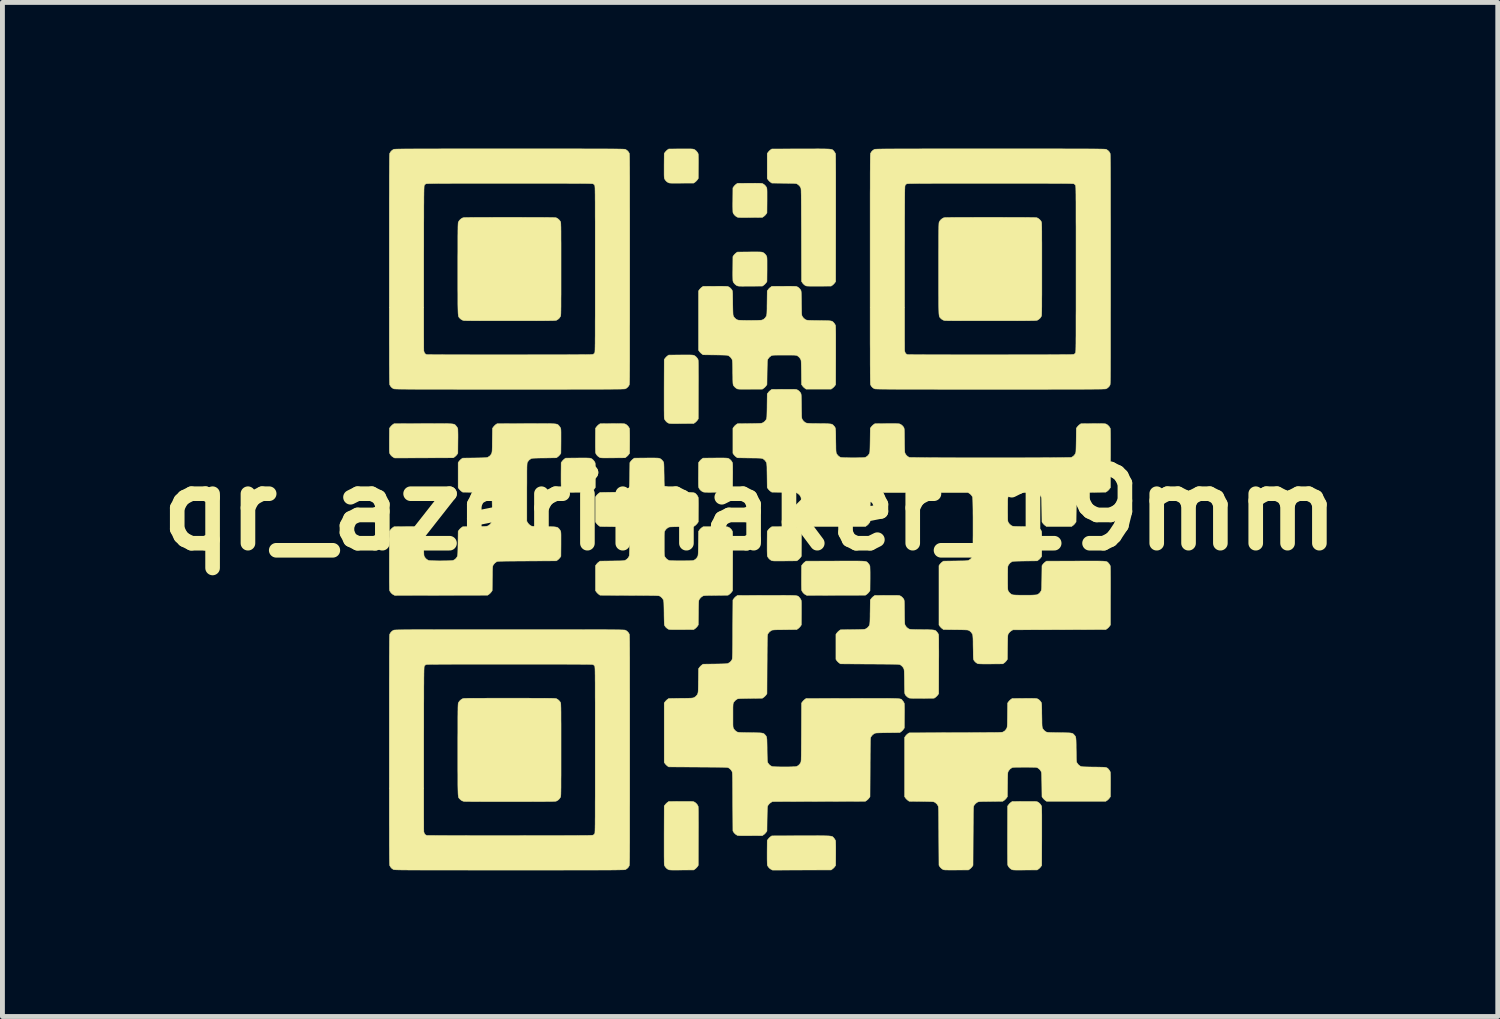
<source format=kicad_pcb>
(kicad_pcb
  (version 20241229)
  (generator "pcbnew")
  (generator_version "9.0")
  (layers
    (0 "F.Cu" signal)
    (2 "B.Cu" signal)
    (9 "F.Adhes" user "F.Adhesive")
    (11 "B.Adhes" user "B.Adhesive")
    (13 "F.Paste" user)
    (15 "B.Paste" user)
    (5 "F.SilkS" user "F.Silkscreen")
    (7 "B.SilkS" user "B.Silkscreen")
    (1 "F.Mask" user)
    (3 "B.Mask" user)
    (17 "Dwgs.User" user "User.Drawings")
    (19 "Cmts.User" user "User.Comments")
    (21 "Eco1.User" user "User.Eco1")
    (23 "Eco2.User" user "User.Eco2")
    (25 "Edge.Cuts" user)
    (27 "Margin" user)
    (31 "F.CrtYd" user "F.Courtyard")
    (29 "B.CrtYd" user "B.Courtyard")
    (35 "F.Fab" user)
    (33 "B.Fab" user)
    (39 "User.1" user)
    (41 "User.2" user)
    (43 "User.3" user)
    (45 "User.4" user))
  (footprint "qr_azerimaker_19mm"
    (layer "F.Cu")
    (at 12.344 7.409)
    (property "Reference" "qr_azerimaker_19mm" (at 0 0 0) (layer "F.SilkS") (effects (font (size 1.524 1.524) (thickness 0.3))))
    (attr through_hole)
    (fp_poly (pts (xy -6.303 -1.765) (xy -6.251 -1.764) (xy -6.208 -1.764) (xy -6.171 -1.762) (xy -6.141 -1.761) (xy -6.117 -1.759) (xy -6.098 -1.757) (xy -6.082 -1.753) (xy -6.071 -1.75) (xy -6.062 -1.745) (xy -6.054 -1.74) (xy -6.048 -1.734) (xy -6.042 -1.728) (xy -6.036 -1.72) (xy -6.033 -1.716) (xy -6.017 -1.696) (xy -6.005 -1.676) (xy -6 -1.664) (xy -5.998 -1.651) (xy -5.997 -1.625) (xy -5.996 -1.587) (xy -5.995 -1.538) (xy -5.995 -1.477) (xy -5.996 -1.406) (xy -5.996 -1.399) (xy -5.998 -1.157) (xy -6.017 -1.129) (xy -6.034 -1.109) (xy -6.056 -1.089) (xy -6.063 -1.083) (xy -6.091 -1.064) (xy -6.692 -1.062) (xy -7.293 -1.06) (xy -7.32 -1.074) (xy -7.347 -1.092) (xy -7.371 -1.116) (xy -7.39 -1.143) (xy -7.398 -1.162) (xy -7.4 -1.175) (xy -7.402 -1.2) (xy -7.403 -1.237) (xy -7.403 -1.285) (xy -7.403 -1.343) (xy -7.403 -1.411) (xy -7.403 -1.427) (xy -7.401 -1.669) (xy -7.382 -1.696) (xy -7.364 -1.717) (xy -7.343 -1.737) (xy -7.335 -1.743) (xy -7.308 -1.762) (xy -6.71 -1.764) (xy -6.606 -1.764) (xy -6.514 -1.764) (xy -6.434 -1.765) (xy -6.364 -1.765) (xy -6.303 -1.765)) (stroke (width 0.01) (type solid)) (fill yes) (layer "F.SilkS"))
    (fp_poly (pts (xy 1.45 6.694) (xy 1.502 6.694) (xy 1.546 6.695) (xy 1.582 6.696) (xy 1.612 6.697) (xy 1.636 6.699) (xy 1.656 6.702) (xy 1.671 6.705) (xy 1.683 6.708) (xy 1.692 6.713) (xy 1.699 6.718) (xy 1.705 6.724) (xy 1.711 6.731) (xy 1.718 6.738) (xy 1.721 6.742) (xy 1.736 6.762) (xy 1.748 6.782) (xy 1.753 6.794) (xy 1.755 6.807) (xy 1.756 6.833) (xy 1.757 6.871) (xy 1.758 6.92) (xy 1.758 6.981) (xy 1.758 7.052) (xy 1.758 7.059) (xy 1.756 7.301) (xy 1.737 7.329) (xy 1.719 7.35) (xy 1.697 7.37) (xy 1.69 7.375) (xy 1.663 7.395) (xy 1.061 7.396) (xy 0.46 7.398) (xy 0.433 7.384) (xy 0.407 7.367) (xy 0.382 7.342) (xy 0.363 7.315) (xy 0.355 7.296) (xy 0.353 7.283) (xy 0.352 7.258) (xy 0.351 7.221) (xy 0.35 7.173) (xy 0.35 7.115) (xy 0.35 7.047) (xy 0.35 7.032) (xy 0.352 6.789) (xy 0.372 6.762) (xy 0.389 6.741) (xy 0.411 6.721) (xy 0.418 6.715) (xy 0.446 6.696) (xy 1.044 6.694) (xy 1.147 6.694) (xy 1.239 6.694) (xy 1.319 6.694) (xy 1.39 6.693) (xy 1.45 6.694)) (stroke (width 0.01) (type solid)) (fill yes) (layer "F.SilkS"))
    (fp_poly (pts (xy 2.155 1.055) (xy 2.207 1.055) (xy 2.251 1.056) (xy 2.287 1.057) (xy 2.317 1.058) (xy 2.341 1.06) (xy 2.361 1.063) (xy 2.376 1.066) (xy 2.387 1.07) (xy 2.397 1.074) (xy 2.404 1.079) (xy 2.41 1.085) (xy 2.416 1.092) (xy 2.422 1.1) (xy 2.426 1.103) (xy 2.441 1.123) (xy 2.453 1.144) (xy 2.458 1.155) (xy 2.46 1.169) (xy 2.461 1.195) (xy 2.462 1.232) (xy 2.463 1.282) (xy 2.463 1.342) (xy 2.463 1.413) (xy 2.463 1.42) (xy 2.461 1.663) (xy 2.441 1.69) (xy 2.424 1.711) (xy 2.402 1.731) (xy 2.395 1.737) (xy 2.367 1.756) (xy 1.766 1.757) (xy 1.165 1.759) (xy 1.138 1.746) (xy 1.111 1.728) (xy 1.087 1.703) (xy 1.068 1.676) (xy 1.06 1.658) (xy 1.058 1.644) (xy 1.057 1.619) (xy 1.056 1.582) (xy 1.055 1.535) (xy 1.055 1.476) (xy 1.055 1.408) (xy 1.055 1.393) (xy 1.057 1.15) (xy 1.077 1.123) (xy 1.094 1.102) (xy 1.116 1.082) (xy 1.123 1.077) (xy 1.15 1.057) (xy 1.748 1.056) (xy 1.852 1.055) (xy 1.944 1.055) (xy 2.024 1.055) (xy 2.094 1.055) (xy 2.155 1.055)) (stroke (width 0.01) (type solid)) (fill yes) (layer "F.SilkS"))
    (fp_poly (pts (xy -3.38 -1.06) (xy -3.346 -1.059) (xy -3.321 -1.058) (xy -3.301 -1.057) (xy -3.286 -1.056) (xy -3.275 -1.054) (xy -3.267 -1.051) (xy -3.266 -1.051) (xy -3.241 -1.037) (xy -3.216 -1.014) (xy -3.196 -0.989) (xy -3.182 -0.963) (xy -3.181 -0.96) (xy -3.179 -0.946) (xy -3.178 -0.92) (xy -3.177 -0.882) (xy -3.176 -0.833) (xy -3.176 -0.772) (xy -3.176 -0.701) (xy -3.176 -0.694) (xy -3.178 -0.452) (xy -3.197 -0.425) (xy -3.215 -0.404) (xy -3.236 -0.384) (xy -3.244 -0.378) (xy -3.271 -0.359) (xy -3.52 -0.357) (xy -3.583 -0.357) (xy -3.634 -0.356) (xy -3.676 -0.356) (xy -3.708 -0.357) (xy -3.733 -0.357) (xy -3.752 -0.358) (xy -3.766 -0.36) (xy -3.776 -0.361) (xy -3.785 -0.364) (xy -3.792 -0.367) (xy -3.796 -0.369) (xy -3.822 -0.387) (xy -3.847 -0.411) (xy -3.866 -0.438) (xy -3.874 -0.457) (xy -3.876 -0.47) (xy -3.877 -0.495) (xy -3.878 -0.532) (xy -3.879 -0.58) (xy -3.879 -0.638) (xy -3.879 -0.706) (xy -3.879 -0.722) (xy -3.877 -0.964) (xy -3.857 -0.991) (xy -3.84 -1.012) (xy -3.818 -1.032) (xy -3.811 -1.038) (xy -3.784 -1.057) (xy -3.538 -1.059) (xy -3.474 -1.06) (xy -3.422 -1.06) (xy -3.38 -1.06)) (stroke (width 0.01) (type solid)) (fill yes) (layer "F.SilkS"))
    (fp_poly (pts (xy -2.675 -1.764) (xy -2.642 -1.764) (xy -2.616 -1.763) (xy -2.596 -1.762) (xy -2.582 -1.761) (xy -2.571 -1.759) (xy -2.562 -1.756) (xy -2.561 -1.756) (xy -2.536 -1.741) (xy -2.512 -1.719) (xy -2.491 -1.693) (xy -2.477 -1.668) (xy -2.476 -1.664) (xy -2.474 -1.651) (xy -2.473 -1.625) (xy -2.472 -1.587) (xy -2.471 -1.538) (xy -2.471 -1.477) (xy -2.471 -1.406) (xy -2.471 -1.399) (xy -2.473 -1.157) (xy -2.493 -1.129) (xy -2.51 -1.109) (xy -2.532 -1.089) (xy -2.539 -1.083) (xy -2.566 -1.064) (xy -2.815 -1.062) (xy -2.878 -1.062) (xy -2.929 -1.061) (xy -2.971 -1.061) (xy -3.003 -1.061) (xy -3.028 -1.062) (xy -3.047 -1.063) (xy -3.061 -1.064) (xy -3.072 -1.066) (xy -3.08 -1.069) (xy -3.087 -1.072) (xy -3.091 -1.074) (xy -3.118 -1.092) (xy -3.142 -1.116) (xy -3.161 -1.143) (xy -3.169 -1.162) (xy -3.171 -1.175) (xy -3.172 -1.2) (xy -3.173 -1.237) (xy -3.174 -1.285) (xy -3.174 -1.343) (xy -3.174 -1.411) (xy -3.174 -1.427) (xy -3.172 -1.669) (xy -3.153 -1.696) (xy -3.135 -1.717) (xy -3.114 -1.737) (xy -3.106 -1.743) (xy -3.079 -1.762) (xy -2.833 -1.764) (xy -2.769 -1.764) (xy -2.717 -1.765) (xy -2.675 -1.764)) (stroke (width 0.01) (type solid)) (fill yes) (layer "F.SilkS"))
    (fp_poly (pts (xy -1.265 -7.403) (xy -1.232 -7.403) (xy -1.206 -7.402) (xy -1.187 -7.401) (xy -1.172 -7.399) (xy -1.161 -7.397) (xy -1.152 -7.395) (xy -1.151 -7.394) (xy -1.127 -7.38) (xy -1.102 -7.358) (xy -1.081 -7.332) (xy -1.067 -7.306) (xy -1.066 -7.303) (xy -1.064 -7.29) (xy -1.063 -7.264) (xy -1.062 -7.226) (xy -1.061 -7.177) (xy -1.061 -7.116) (xy -1.062 -7.045) (xy -1.062 -7.038) (xy -1.064 -6.796) (xy -1.083 -6.768) (xy -1.101 -6.747) (xy -1.122 -6.727) (xy -1.129 -6.722) (xy -1.157 -6.702) (xy -1.405 -6.701) (xy -1.468 -6.7) (xy -1.52 -6.7) (xy -1.561 -6.7) (xy -1.594 -6.7) (xy -1.619 -6.701) (xy -1.637 -6.702) (xy -1.651 -6.703) (xy -1.662 -6.705) (xy -1.67 -6.708) (xy -1.677 -6.711) (xy -1.681 -6.713) (xy -1.708 -6.73) (xy -1.733 -6.755) (xy -1.751 -6.782) (xy -1.759 -6.801) (xy -1.761 -6.814) (xy -1.763 -6.839) (xy -1.764 -6.876) (xy -1.764 -6.924) (xy -1.764 -6.982) (xy -1.764 -7.05) (xy -1.764 -7.065) (xy -1.762 -7.308) (xy -1.743 -7.335) (xy -1.725 -7.356) (xy -1.704 -7.376) (xy -1.696 -7.382) (xy -1.669 -7.401) (xy -1.423 -7.403) (xy -1.36 -7.403) (xy -1.307 -7.403) (xy -1.265 -7.403)) (stroke (width 0.01) (type solid)) (fill yes) (layer "F.SilkS"))
    (fp_poly (pts (xy -0.56 -1.06) (xy -0.527 -1.059) (xy -0.501 -1.058) (xy -0.482 -1.057) (xy -0.467 -1.056) (xy -0.456 -1.054) (xy -0.448 -1.051) (xy -0.446 -1.051) (xy -0.422 -1.037) (xy -0.397 -1.014) (xy -0.376 -0.989) (xy -0.363 -0.963) (xy -0.362 -0.96) (xy -0.36 -0.946) (xy -0.358 -0.92) (xy -0.357 -0.882) (xy -0.357 -0.833) (xy -0.356 -0.772) (xy -0.357 -0.701) (xy -0.357 -0.694) (xy -0.359 -0.452) (xy -0.378 -0.425) (xy -0.396 -0.404) (xy -0.417 -0.384) (xy -0.425 -0.378) (xy -0.452 -0.359) (xy -0.701 -0.357) (xy -0.763 -0.357) (xy -0.815 -0.356) (xy -0.856 -0.356) (xy -0.889 -0.357) (xy -0.914 -0.357) (xy -0.933 -0.358) (xy -0.947 -0.36) (xy -0.957 -0.361) (xy -0.965 -0.364) (xy -0.972 -0.367) (xy -0.976 -0.369) (xy -1.003 -0.387) (xy -1.028 -0.411) (xy -1.047 -0.438) (xy -1.055 -0.457) (xy -1.056 -0.47) (xy -1.058 -0.495) (xy -1.059 -0.532) (xy -1.059 -0.58) (xy -1.06 -0.638) (xy -1.059 -0.706) (xy -1.059 -0.722) (xy -1.057 -0.964) (xy -1.038 -0.991) (xy -1.02 -1.012) (xy -0.999 -1.032) (xy -0.991 -1.038) (xy -0.964 -1.057) (xy -0.719 -1.059) (xy -0.655 -1.06) (xy -0.603 -1.06) (xy -0.56 -1.06)) (stroke (width 0.01) (type solid)) (fill yes) (layer "F.SilkS"))
    (fp_poly (pts (xy 0.144 -6.698) (xy 0.178 -6.698) (xy 0.204 -6.697) (xy 0.223 -6.696) (xy 0.238 -6.695) (xy 0.249 -6.693) (xy 0.257 -6.69) (xy 0.259 -6.689) (xy 0.283 -6.675) (xy 0.308 -6.653) (xy 0.329 -6.627) (xy 0.342 -6.602) (xy 0.343 -6.598) (xy 0.345 -6.585) (xy 0.347 -6.559) (xy 0.348 -6.521) (xy 0.348 -6.472) (xy 0.348 -6.411) (xy 0.348 -6.34) (xy 0.348 -6.333) (xy 0.346 -6.091) (xy 0.327 -6.063) (xy 0.309 -6.042) (xy 0.288 -6.023) (xy 0.28 -6.017) (xy 0.253 -5.998) (xy 0.004 -5.996) (xy -0.059 -5.995) (xy -0.11 -5.995) (xy -0.151 -5.995) (xy -0.184 -5.995) (xy -0.209 -5.996) (xy -0.228 -5.997) (xy -0.242 -5.998) (xy -0.252 -6) (xy -0.26 -6.003) (xy -0.267 -6.006) (xy -0.272 -6.008) (xy -0.298 -6.026) (xy -0.323 -6.05) (xy -0.342 -6.077) (xy -0.35 -6.096) (xy -0.352 -6.109) (xy -0.353 -6.134) (xy -0.354 -6.171) (xy -0.355 -6.219) (xy -0.355 -6.277) (xy -0.354 -6.345) (xy -0.354 -6.361) (xy -0.352 -6.603) (xy -0.333 -6.63) (xy -0.316 -6.651) (xy -0.294 -6.671) (xy -0.287 -6.677) (xy -0.259 -6.696) (xy -0.014 -6.698) (xy 0.05 -6.698) (xy 0.102 -6.699) (xy 0.144 -6.698)) (stroke (width 0.01) (type solid)) (fill yes) (layer "F.SilkS"))
    (fp_poly (pts (xy 0.144 -5.289) (xy 0.178 -5.288) (xy 0.204 -5.288) (xy 0.223 -5.286) (xy 0.238 -5.285) (xy 0.249 -5.283) (xy 0.257 -5.28) (xy 0.259 -5.28) (xy 0.283 -5.266) (xy 0.308 -5.244) (xy 0.329 -5.218) (xy 0.342 -5.192) (xy 0.343 -5.189) (xy 0.345 -5.175) (xy 0.347 -5.149) (xy 0.348 -5.111) (xy 0.348 -5.062) (xy 0.348 -5.001) (xy 0.348 -4.93) (xy 0.348 -4.923) (xy 0.346 -4.681) (xy 0.327 -4.654) (xy 0.309 -4.633) (xy 0.288 -4.613) (xy 0.28 -4.607) (xy 0.253 -4.588) (xy 0.004 -4.586) (xy -0.059 -4.586) (xy -0.11 -4.586) (xy -0.151 -4.585) (xy -0.184 -4.586) (xy -0.209 -4.586) (xy -0.228 -4.587) (xy -0.242 -4.589) (xy -0.252 -4.591) (xy -0.26 -4.593) (xy -0.267 -4.596) (xy -0.272 -4.598) (xy -0.298 -4.616) (xy -0.323 -4.64) (xy -0.342 -4.667) (xy -0.35 -4.686) (xy -0.352 -4.699) (xy -0.353 -4.724) (xy -0.354 -4.761) (xy -0.355 -4.809) (xy -0.355 -4.867) (xy -0.354 -4.935) (xy -0.354 -4.951) (xy -0.352 -5.193) (xy -0.333 -5.221) (xy -0.316 -5.241) (xy -0.294 -5.261) (xy -0.287 -5.267) (xy -0.259 -5.286) (xy -0.014 -5.288) (xy 0.05 -5.289) (xy 0.102 -5.289) (xy 0.144 -5.289)) (stroke (width 0.01) (type solid)) (fill yes) (layer "F.SilkS"))
    (fp_poly (pts (xy 0.849 0.35) (xy 0.883 0.35) (xy 0.908 0.351) (xy 0.928 0.352) (xy 0.943 0.354) (xy 0.954 0.356) (xy 0.962 0.359) (xy 0.963 0.359) (xy 0.988 0.373) (xy 1.013 0.395) (xy 1.034 0.421) (xy 1.047 0.447) (xy 1.048 0.45) (xy 1.05 0.464) (xy 1.052 0.49) (xy 1.053 0.527) (xy 1.053 0.577) (xy 1.053 0.637) (xy 1.053 0.709) (xy 1.053 0.715) (xy 1.051 0.958) (xy 1.032 0.985) (xy 1.014 1.006) (xy 0.993 1.026) (xy 0.985 1.032) (xy 0.958 1.051) (xy 0.709 1.053) (xy 0.646 1.053) (xy 0.595 1.053) (xy 0.554 1.053) (xy 0.521 1.053) (xy 0.496 1.053) (xy 0.477 1.052) (xy 0.463 1.05) (xy 0.453 1.048) (xy 0.445 1.046) (xy 0.437 1.043) (xy 0.433 1.041) (xy 0.407 1.023) (xy 0.382 0.998) (xy 0.363 0.971) (xy 0.355 0.953) (xy 0.353 0.94) (xy 0.352 0.914) (xy 0.351 0.877) (xy 0.35 0.83) (xy 0.35 0.771) (xy 0.35 0.703) (xy 0.35 0.688) (xy 0.352 0.446) (xy 0.372 0.418) (xy 0.389 0.397) (xy 0.411 0.377) (xy 0.418 0.372) (xy 0.446 0.352) (xy 0.691 0.351) (xy 0.755 0.35) (xy 0.807 0.35) (xy 0.849 0.35)) (stroke (width 0.01) (type solid)) (fill yes) (layer "F.SilkS"))
    (fp_poly (pts (xy -1.265 -3.174) (xy -1.232 -3.174) (xy -1.206 -3.173) (xy -1.187 -3.172) (xy -1.172 -3.17) (xy -1.161 -3.168) (xy -1.152 -3.166) (xy -1.151 -3.165) (xy -1.127 -3.151) (xy -1.102 -3.129) (xy -1.081 -3.103) (xy -1.068 -3.078) (xy -1.066 -3.074) (xy -1.065 -3.063) (xy -1.064 -3.04) (xy -1.063 -3.006) (xy -1.062 -2.958) (xy -1.062 -2.899) (xy -1.062 -2.827) (xy -1.061 -2.743) (xy -1.061 -2.646) (xy -1.062 -2.537) (xy -1.062 -2.456) (xy -1.064 -1.862) (xy -1.083 -1.834) (xy -1.101 -1.813) (xy -1.122 -1.793) (xy -1.129 -1.788) (xy -1.157 -1.768) (xy -1.405 -1.767) (xy -1.468 -1.766) (xy -1.52 -1.766) (xy -1.561 -1.766) (xy -1.594 -1.766) (xy -1.619 -1.767) (xy -1.637 -1.768) (xy -1.651 -1.769) (xy -1.662 -1.771) (xy -1.67 -1.774) (xy -1.677 -1.777) (xy -1.681 -1.779) (xy -1.708 -1.796) (xy -1.732 -1.821) (xy -1.751 -1.848) (xy -1.759 -1.867) (xy -1.761 -1.878) (xy -1.762 -1.901) (xy -1.763 -1.937) (xy -1.763 -1.986) (xy -1.764 -2.047) (xy -1.764 -2.121) (xy -1.764 -2.207) (xy -1.764 -2.305) (xy -1.764 -2.415) (xy -1.764 -2.484) (xy -1.762 -3.079) (xy -1.743 -3.106) (xy -1.725 -3.127) (xy -1.704 -3.147) (xy -1.696 -3.153) (xy -1.669 -3.172) (xy -1.423 -3.174) (xy -1.36 -3.174) (xy -1.307 -3.174) (xy -1.265 -3.174)) (stroke (width 0.01) (type solid)) (fill yes) (layer "F.SilkS"))
    (fp_poly (pts (xy -1.265 5.989) (xy -1.232 5.989) (xy -1.206 5.99) (xy -1.187 5.991) (xy -1.172 5.993) (xy -1.161 5.995) (xy -1.152 5.997) (xy -1.151 5.998) (xy -1.127 6.012) (xy -1.102 6.034) (xy -1.081 6.06) (xy -1.068 6.085) (xy -1.066 6.089) (xy -1.065 6.1) (xy -1.064 6.123) (xy -1.063 6.157) (xy -1.062 6.205) (xy -1.062 6.264) (xy -1.062 6.336) (xy -1.061 6.42) (xy -1.061 6.517) (xy -1.062 6.626) (xy -1.062 6.707) (xy -1.064 7.301) (xy -1.083 7.329) (xy -1.101 7.35) (xy -1.122 7.37) (xy -1.129 7.375) (xy -1.157 7.395) (xy -1.405 7.396) (xy -1.468 7.397) (xy -1.52 7.397) (xy -1.561 7.397) (xy -1.594 7.397) (xy -1.619 7.396) (xy -1.637 7.395) (xy -1.651 7.394) (xy -1.662 7.392) (xy -1.67 7.389) (xy -1.677 7.386) (xy -1.681 7.384) (xy -1.708 7.367) (xy -1.732 7.342) (xy -1.751 7.315) (xy -1.759 7.296) (xy -1.761 7.285) (xy -1.762 7.262) (xy -1.763 7.226) (xy -1.763 7.177) (xy -1.764 7.116) (xy -1.764 7.042) (xy -1.764 6.956) (xy -1.764 6.858) (xy -1.764 6.748) (xy -1.764 6.679) (xy -1.762 6.084) (xy -1.743 6.057) (xy -1.725 6.036) (xy -1.704 6.016) (xy -1.696 6.01) (xy -1.669 5.991) (xy -1.423 5.989) (xy -1.36 5.989) (xy -1.307 5.989) (xy -1.265 5.989)) (stroke (width 0.01) (type solid)) (fill yes) (layer "F.SilkS"))
    (fp_poly (pts (xy 5.783 5.989) (xy 5.817 5.989) (xy 5.842 5.99) (xy 5.862 5.991) (xy 5.877 5.993) (xy 5.888 5.995) (xy 5.896 5.997) (xy 5.897 5.998) (xy 5.922 6.012) (xy 5.947 6.034) (xy 5.967 6.06) (xy 5.981 6.085) (xy 5.982 6.089) (xy 5.983 6.1) (xy 5.984 6.123) (xy 5.985 6.157) (xy 5.986 6.205) (xy 5.987 6.264) (xy 5.987 6.336) (xy 5.987 6.42) (xy 5.987 6.517) (xy 5.987 6.626) (xy 5.987 6.707) (xy 5.985 7.301) (xy 5.966 7.329) (xy 5.948 7.35) (xy 5.927 7.37) (xy 5.919 7.375) (xy 5.892 7.395) (xy 5.643 7.396) (xy 5.58 7.397) (xy 5.529 7.397) (xy 5.487 7.397) (xy 5.455 7.397) (xy 5.43 7.396) (xy 5.411 7.395) (xy 5.397 7.394) (xy 5.387 7.392) (xy 5.379 7.389) (xy 5.371 7.386) (xy 5.367 7.384) (xy 5.341 7.367) (xy 5.316 7.342) (xy 5.297 7.315) (xy 5.289 7.296) (xy 5.288 7.285) (xy 5.287 7.262) (xy 5.286 7.226) (xy 5.285 7.177) (xy 5.285 7.116) (xy 5.284 7.042) (xy 5.284 6.956) (xy 5.284 6.858) (xy 5.284 6.748) (xy 5.284 6.679) (xy 5.286 6.084) (xy 5.306 6.057) (xy 5.323 6.036) (xy 5.345 6.016) (xy 5.352 6.01) (xy 5.38 5.991) (xy 5.625 5.989) (xy 5.689 5.989) (xy 5.741 5.989) (xy 5.783 5.989)) (stroke (width 0.01) (type solid)) (fill yes) (layer "F.SilkS"))
    (fp_poly (pts (xy 1.45 -7.403) (xy 1.502 -7.403) (xy 1.546 -7.402) (xy 1.582 -7.401) (xy 1.612 -7.4) (xy 1.636 -7.398) (xy 1.656 -7.395) (xy 1.671 -7.392) (xy 1.683 -7.389) (xy 1.692 -7.384) (xy 1.699 -7.379) (xy 1.705 -7.373) (xy 1.711 -7.366) (xy 1.718 -7.359) (xy 1.721 -7.355) (xy 1.736 -7.335) (xy 1.748 -7.315) (xy 1.753 -7.303) (xy 1.754 -7.294) (xy 1.755 -7.275) (xy 1.755 -7.244) (xy 1.756 -7.201) (xy 1.756 -7.147) (xy 1.757 -7.082) (xy 1.757 -7.005) (xy 1.758 -6.916) (xy 1.758 -6.815) (xy 1.758 -6.702) (xy 1.758 -6.577) (xy 1.758 -6.439) (xy 1.758 -6.29) (xy 1.758 -6.128) (xy 1.758 -5.981) (xy 1.756 -4.681) (xy 1.737 -4.654) (xy 1.719 -4.633) (xy 1.698 -4.613) (xy 1.69 -4.607) (xy 1.663 -4.588) (xy 1.414 -4.586) (xy 1.348 -4.586) (xy 1.293 -4.586) (xy 1.248 -4.586) (xy 1.214 -4.587) (xy 1.187 -4.588) (xy 1.168 -4.589) (xy 1.155 -4.591) (xy 1.147 -4.593) (xy 1.146 -4.593) (xy 1.115 -4.612) (xy 1.087 -4.639) (xy 1.072 -4.66) (xy 1.057 -4.683) (xy 1.054 -5.632) (xy 1.054 -5.761) (xy 1.053 -5.878) (xy 1.053 -5.983) (xy 1.052 -6.077) (xy 1.052 -6.161) (xy 1.052 -6.235) (xy 1.051 -6.3) (xy 1.051 -6.357) (xy 1.05 -6.406) (xy 1.05 -6.448) (xy 1.049 -6.483) (xy 1.048 -6.513) (xy 1.048 -6.537) (xy 1.047 -6.556) (xy 1.046 -6.571) (xy 1.045 -6.583) (xy 1.044 -6.592) (xy 1.042 -6.598) (xy 1.041 -6.603) (xy 1.039 -6.607) (xy 1.016 -6.644) (xy 0.982 -6.674) (xy 0.968 -6.682) (xy 0.962 -6.686) (xy 0.954 -6.689) (xy 0.945 -6.691) (xy 0.933 -6.693) (xy 0.916 -6.694) (xy 0.894 -6.696) (xy 0.864 -6.697) (xy 0.827 -6.697) (xy 0.78 -6.698) (xy 0.722 -6.699) (xy 0.694 -6.699) (xy 0.446 -6.702) (xy 0.418 -6.722) (xy 0.397 -6.739) (xy 0.377 -6.761) (xy 0.372 -6.768) (xy 0.352 -6.796) (xy 0.352 -7.308) (xy 0.372 -7.335) (xy 0.389 -7.356) (xy 0.411 -7.376) (xy 0.418 -7.382) (xy 0.446 -7.401) (xy 1.044 -7.403) (xy 1.147 -7.403) (xy 1.239 -7.403) (xy 1.319 -7.403) (xy 1.39 -7.404) (xy 1.45 -7.403)) (stroke (width 0.01) (type solid)) (fill yes) (layer "F.SilkS"))
    (fp_poly (pts (xy -4.807 -5.998) (xy -4.688 -5.998) (xy -4.582 -5.997) (xy -4.486 -5.997) (xy -4.4 -5.997) (xy -4.325 -5.997) (xy -4.258 -5.997) (xy -4.201 -5.996) (xy -4.151 -5.996) (xy -4.109 -5.995) (xy -4.074 -5.995) (xy -4.046 -5.994) (xy -4.023 -5.993) (xy -4.006 -5.992) (xy -3.993 -5.991) (xy -3.984 -5.99) (xy -3.979 -5.989) (xy -3.95 -5.974) (xy -3.923 -5.951) (xy -3.9 -5.924) (xy -3.892 -5.909) (xy -3.89 -5.905) (xy -3.889 -5.9) (xy -3.887 -5.894) (xy -3.886 -5.885) (xy -3.885 -5.874) (xy -3.884 -5.859) (xy -3.884 -5.84) (xy -3.883 -5.817) (xy -3.882 -5.789) (xy -3.882 -5.754) (xy -3.881 -5.713) (xy -3.881 -5.665) (xy -3.881 -5.609) (xy -3.881 -5.545) (xy -3.88 -5.473) (xy -3.88 -5.39) (xy -3.88 -5.297) (xy -3.88 -5.194) (xy -3.88 -5.079) (xy -3.88 -4.952) (xy -3.88 -4.937) (xy -3.88 -4.809) (xy -3.88 -4.693) (xy -3.88 -4.588) (xy -3.88 -4.494) (xy -3.88 -4.411) (xy -3.881 -4.337) (xy -3.881 -4.272) (xy -3.881 -4.215) (xy -3.881 -4.167) (xy -3.882 -4.125) (xy -3.882 -4.09) (xy -3.883 -4.061) (xy -3.883 -4.037) (xy -3.884 -4.018) (xy -3.885 -4.003) (xy -3.886 -3.991) (xy -3.887 -3.982) (xy -3.889 -3.975) (xy -3.89 -3.971) (xy -3.891 -3.967) (xy -3.892 -3.966) (xy -3.913 -3.933) (xy -3.942 -3.906) (xy -3.972 -3.888) (xy -3.976 -3.887) (xy -3.981 -3.885) (xy -3.988 -3.884) (xy -3.996 -3.883) (xy -4.008 -3.882) (xy -4.024 -3.881) (xy -4.043 -3.88) (xy -4.067 -3.879) (xy -4.097 -3.879) (xy -4.132 -3.878) (xy -4.175 -3.878) (xy -4.224 -3.877) (xy -4.282 -3.877) (xy -4.348 -3.877) (xy -4.423 -3.876) (xy -4.507 -3.876) (xy -4.602 -3.876) (xy -4.709 -3.876) (xy -4.826 -3.876) (xy -4.921 -3.876) (xy -5.029 -3.876) (xy -5.134 -3.876) (xy -5.234 -3.876) (xy -5.33 -3.876) (xy -5.421 -3.876) (xy -5.505 -3.876) (xy -5.583 -3.877) (xy -5.653 -3.877) (xy -5.714 -3.877) (xy -5.767 -3.878) (xy -5.81 -3.878) (xy -5.842 -3.879) (xy -5.863 -3.879) (xy -5.872 -3.88) (xy -5.907 -3.891) (xy -5.936 -3.909) (xy -5.958 -3.929) (xy -5.963 -3.935) (xy -5.968 -3.94) (xy -5.972 -3.945) (xy -5.976 -3.95) (xy -5.98 -3.957) (xy -5.983 -3.965) (xy -5.985 -3.976) (xy -5.988 -3.99) (xy -5.99 -4.007) (xy -5.992 -4.029) (xy -5.993 -4.055) (xy -5.994 -4.087) (xy -5.995 -4.125) (xy -5.996 -4.17) (xy -5.997 -4.222) (xy -5.997 -4.281) (xy -5.997 -4.35) (xy -5.997 -4.428) (xy -5.998 -4.515) (xy -5.998 -4.613) (xy -5.998 -4.722) (xy -5.998 -4.842) (xy -5.998 -4.937) (xy -5.998 -5.067) (xy -5.998 -5.186) (xy -5.997 -5.292) (xy -5.997 -5.388) (xy -5.997 -5.473) (xy -5.997 -5.549) (xy -5.997 -5.615) (xy -5.996 -5.672) (xy -5.996 -5.722) (xy -5.995 -5.764) (xy -5.995 -5.799) (xy -5.994 -5.827) (xy -5.993 -5.85) (xy -5.992 -5.868) (xy -5.991 -5.881) (xy -5.99 -5.89) (xy -5.989 -5.895) (xy -5.989 -5.895) (xy -5.973 -5.925) (xy -5.949 -5.953) (xy -5.921 -5.975) (xy -5.9 -5.986) (xy -5.896 -5.988) (xy -5.89 -5.989) (xy -5.883 -5.99) (xy -5.874 -5.992) (xy -5.862 -5.993) (xy -5.846 -5.993) (xy -5.826 -5.994) (xy -5.802 -5.995) (xy -5.772 -5.995) (xy -5.737 -5.996) (xy -5.694 -5.996) (xy -5.645 -5.997) (xy -5.588 -5.997) (xy -5.522 -5.997) (xy -5.447 -5.997) (xy -5.363 -5.997) (xy -5.268 -5.998) (xy -5.162 -5.998) (xy -5.045 -5.998) (xy -4.937 -5.998) (xy -4.807 -5.998)) (stroke (width 0.01) (type solid)) (fill yes) (layer "F.SilkS"))
    (fp_poly (pts (xy -4.807 3.87) (xy -4.688 3.87) (xy -4.582 3.87) (xy -4.486 3.871) (xy -4.4 3.871) (xy -4.325 3.871) (xy -4.258 3.871) (xy -4.201 3.872) (xy -4.151 3.872) (xy -4.109 3.873) (xy -4.074 3.873) (xy -4.046 3.874) (xy -4.023 3.875) (xy -4.006 3.876) (xy -3.993 3.877) (xy -3.984 3.878) (xy -3.979 3.879) (xy -3.95 3.894) (xy -3.923 3.917) (xy -3.9 3.944) (xy -3.892 3.959) (xy -3.89 3.963) (xy -3.889 3.968) (xy -3.887 3.974) (xy -3.886 3.983) (xy -3.885 3.994) (xy -3.884 4.009) (xy -3.884 4.027) (xy -3.883 4.051) (xy -3.882 4.079) (xy -3.882 4.114) (xy -3.881 4.155) (xy -3.881 4.203) (xy -3.881 4.258) (xy -3.881 4.322) (xy -3.88 4.395) (xy -3.88 4.478) (xy -3.88 4.571) (xy -3.88 4.674) (xy -3.88 4.789) (xy -3.88 4.916) (xy -3.88 4.931) (xy -3.88 5.059) (xy -3.88 5.175) (xy -3.88 5.28) (xy -3.88 5.374) (xy -3.88 5.457) (xy -3.881 5.531) (xy -3.881 5.596) (xy -3.881 5.653) (xy -3.881 5.701) (xy -3.882 5.743) (xy -3.882 5.778) (xy -3.883 5.807) (xy -3.883 5.831) (xy -3.884 5.85) (xy -3.885 5.865) (xy -3.886 5.877) (xy -3.887 5.886) (xy -3.889 5.892) (xy -3.89 5.897) (xy -3.891 5.901) (xy -3.892 5.902) (xy -3.913 5.934) (xy -3.942 5.962) (xy -3.972 5.98) (xy -3.976 5.981) (xy -3.981 5.983) (xy -3.988 5.984) (xy -3.996 5.985) (xy -4.008 5.986) (xy -4.024 5.987) (xy -4.043 5.988) (xy -4.067 5.989) (xy -4.097 5.989) (xy -4.132 5.99) (xy -4.175 5.99) (xy -4.224 5.991) (xy -4.282 5.991) (xy -4.348 5.991) (xy -4.423 5.991) (xy -4.507 5.992) (xy -4.602 5.992) (xy -4.709 5.992) (xy -4.826 5.992) (xy -4.921 5.992) (xy -5.029 5.992) (xy -5.134 5.992) (xy -5.234 5.992) (xy -5.33 5.992) (xy -5.421 5.992) (xy -5.505 5.992) (xy -5.583 5.991) (xy -5.653 5.991) (xy -5.714 5.991) (xy -5.767 5.99) (xy -5.81 5.99) (xy -5.842 5.989) (xy -5.863 5.988) (xy -5.872 5.988) (xy -5.907 5.977) (xy -5.936 5.959) (xy -5.958 5.938) (xy -5.963 5.933) (xy -5.968 5.928) (xy -5.972 5.923) (xy -5.976 5.918) (xy -5.98 5.911) (xy -5.983 5.903) (xy -5.985 5.892) (xy -5.988 5.878) (xy -5.99 5.861) (xy -5.992 5.839) (xy -5.993 5.813) (xy -5.994 5.781) (xy -5.995 5.743) (xy -5.996 5.698) (xy -5.997 5.646) (xy -5.997 5.586) (xy -5.997 5.518) (xy -5.997 5.44) (xy -5.998 5.353) (xy -5.998 5.255) (xy -5.998 5.146) (xy -5.998 5.026) (xy -5.998 4.931) (xy -5.998 4.8) (xy -5.998 4.682) (xy -5.997 4.576) (xy -5.997 4.48) (xy -5.997 4.395) (xy -5.997 4.319) (xy -5.997 4.253) (xy -5.996 4.196) (xy -5.996 4.146) (xy -5.995 4.104) (xy -5.995 4.069) (xy -5.994 4.041) (xy -5.993 4.018) (xy -5.992 4) (xy -5.991 3.987) (xy -5.99 3.978) (xy -5.989 3.973) (xy -5.989 3.972) (xy -5.973 3.943) (xy -5.949 3.915) (xy -5.921 3.893) (xy -5.9 3.882) (xy -5.896 3.88) (xy -5.89 3.879) (xy -5.883 3.878) (xy -5.874 3.876) (xy -5.862 3.875) (xy -5.846 3.874) (xy -5.826 3.874) (xy -5.802 3.873) (xy -5.772 3.872) (xy -5.737 3.872) (xy -5.694 3.872) (xy -5.645 3.871) (xy -5.588 3.871) (xy -5.522 3.871) (xy -5.447 3.871) (xy -5.363 3.87) (xy -5.268 3.87) (xy -5.162 3.87) (xy -5.045 3.87) (xy -4.937 3.87) (xy -4.807 3.87)) (stroke (width 0.01) (type solid)) (fill yes) (layer "F.SilkS"))
    (fp_poly (pts (xy 5.061 -5.998) (xy 5.18 -5.998) (xy 5.286 -5.997) (xy 5.382 -5.997) (xy 5.468 -5.997) (xy 5.543 -5.997) (xy 5.609 -5.997) (xy 5.667 -5.996) (xy 5.717 -5.996) (xy 5.758 -5.995) (xy 5.793 -5.995) (xy 5.822 -5.994) (xy 5.845 -5.993) (xy 5.862 -5.992) (xy 5.875 -5.991) (xy 5.884 -5.99) (xy 5.889 -5.989) (xy 5.917 -5.974) (xy 5.945 -5.951) (xy 5.968 -5.924) (xy 5.976 -5.909) (xy 5.978 -5.905) (xy 5.979 -5.9) (xy 5.98 -5.894) (xy 5.982 -5.885) (xy 5.983 -5.874) (xy 5.984 -5.859) (xy 5.984 -5.84) (xy 5.985 -5.817) (xy 5.986 -5.789) (xy 5.986 -5.754) (xy 5.987 -5.713) (xy 5.987 -5.665) (xy 5.987 -5.609) (xy 5.987 -5.545) (xy 5.988 -5.473) (xy 5.988 -5.39) (xy 5.988 -5.297) (xy 5.988 -5.194) (xy 5.988 -5.079) (xy 5.988 -4.952) (xy 5.988 -4.937) (xy 5.988 -4.809) (xy 5.988 -4.693) (xy 5.988 -4.588) (xy 5.988 -4.494) (xy 5.988 -4.411) (xy 5.987 -4.337) (xy 5.987 -4.272) (xy 5.987 -4.215) (xy 5.987 -4.167) (xy 5.986 -4.125) (xy 5.986 -4.09) (xy 5.985 -4.061) (xy 5.984 -4.037) (xy 5.984 -4.018) (xy 5.983 -4.003) (xy 5.982 -3.991) (xy 5.981 -3.982) (xy 5.979 -3.975) (xy 5.978 -3.971) (xy 5.976 -3.967) (xy 5.976 -3.966) (xy 5.955 -3.933) (xy 5.925 -3.906) (xy 5.896 -3.888) (xy 5.892 -3.887) (xy 5.887 -3.885) (xy 5.88 -3.884) (xy 5.871 -3.883) (xy 5.86 -3.882) (xy 5.844 -3.881) (xy 5.825 -3.88) (xy 5.801 -3.879) (xy 5.771 -3.879) (xy 5.735 -3.878) (xy 5.693 -3.878) (xy 5.644 -3.877) (xy 5.586 -3.877) (xy 5.52 -3.877) (xy 5.445 -3.876) (xy 5.361 -3.876) (xy 5.265 -3.876) (xy 5.159 -3.876) (xy 5.042 -3.876) (xy 4.947 -3.876) (xy 4.839 -3.876) (xy 4.734 -3.876) (xy 4.634 -3.876) (xy 4.538 -3.876) (xy 4.447 -3.876) (xy 4.363 -3.876) (xy 4.285 -3.877) (xy 4.215 -3.877) (xy 4.154 -3.877) (xy 4.101 -3.878) (xy 4.058 -3.878) (xy 4.026 -3.879) (xy 4.005 -3.879) (xy 3.996 -3.88) (xy 3.961 -3.891) (xy 3.932 -3.909) (xy 3.91 -3.929) (xy 3.905 -3.935) (xy 3.9 -3.94) (xy 3.896 -3.945) (xy 3.892 -3.95) (xy 3.888 -3.957) (xy 3.885 -3.965) (xy 3.882 -3.976) (xy 3.88 -3.99) (xy 3.878 -4.007) (xy 3.876 -4.029) (xy 3.875 -4.055) (xy 3.874 -4.087) (xy 3.873 -4.125) (xy 3.872 -4.17) (xy 3.871 -4.222) (xy 3.871 -4.281) (xy 3.871 -4.35) (xy 3.87 -4.428) (xy 3.87 -4.515) (xy 3.87 -4.613) (xy 3.87 -4.722) (xy 3.87 -4.842) (xy 3.87 -4.937) (xy 3.87 -5.067) (xy 3.87 -5.186) (xy 3.87 -5.292) (xy 3.871 -5.388) (xy 3.871 -5.473) (xy 3.871 -5.549) (xy 3.871 -5.615) (xy 3.872 -5.672) (xy 3.872 -5.722) (xy 3.873 -5.764) (xy 3.873 -5.799) (xy 3.874 -5.827) (xy 3.875 -5.85) (xy 3.876 -5.868) (xy 3.877 -5.881) (xy 3.878 -5.89) (xy 3.879 -5.895) (xy 3.879 -5.895) (xy 3.895 -5.925) (xy 3.919 -5.953) (xy 3.947 -5.975) (xy 3.968 -5.986) (xy 3.972 -5.988) (xy 3.978 -5.989) (xy 3.985 -5.99) (xy 3.994 -5.992) (xy 4.006 -5.993) (xy 4.022 -5.993) (xy 4.041 -5.994) (xy 4.066 -5.995) (xy 4.096 -5.995) (xy 4.131 -5.996) (xy 4.173 -5.996) (xy 4.223 -5.997) (xy 4.28 -5.997) (xy 4.346 -5.997) (xy 4.421 -5.997) (xy 4.505 -5.997) (xy 4.6 -5.998) (xy 4.705 -5.998) (xy 4.823 -5.998) (xy 4.931 -5.998) (xy 5.061 -5.998)) (stroke (width 0.01) (type solid)) (fill yes) (layer "F.SilkS"))
    (fp_poly (pts (xy 2.94 1.76) (xy 2.99 1.76) (xy 3.028 1.761) (xy 3.054 1.763) (xy 3.068 1.765) (xy 3.069 1.765) (xy 3.097 1.779) (xy 3.125 1.802) (xy 3.149 1.831) (xy 3.151 1.834) (xy 3.155 1.84) (xy 3.158 1.847) (xy 3.16 1.855) (xy 3.162 1.865) (xy 3.164 1.88) (xy 3.165 1.901) (xy 3.166 1.928) (xy 3.167 1.963) (xy 3.167 2.007) (xy 3.168 2.062) (xy 3.169 2.105) (xy 3.169 2.168) (xy 3.17 2.219) (xy 3.171 2.26) (xy 3.172 2.293) (xy 3.173 2.318) (xy 3.174 2.336) (xy 3.176 2.35) (xy 3.178 2.361) (xy 3.181 2.368) (xy 3.184 2.375) (xy 3.186 2.378) (xy 3.212 2.415) (xy 3.247 2.442) (xy 3.261 2.449) (xy 3.268 2.452) (xy 3.278 2.455) (xy 3.29 2.457) (xy 3.307 2.458) (xy 3.33 2.46) (xy 3.359 2.461) (xy 3.397 2.462) (xy 3.445 2.463) (xy 3.503 2.463) (xy 3.531 2.464) (xy 3.596 2.465) (xy 3.649 2.465) (xy 3.692 2.467) (xy 3.727 2.468) (xy 3.754 2.47) (xy 3.775 2.473) (xy 3.791 2.477) (xy 3.803 2.482) (xy 3.814 2.489) (xy 3.823 2.498) (xy 3.832 2.509) (xy 3.838 2.516) (xy 3.853 2.535) (xy 3.864 2.556) (xy 3.868 2.565) (xy 3.869 2.576) (xy 3.87 2.6) (xy 3.871 2.636) (xy 3.872 2.685) (xy 3.872 2.746) (xy 3.872 2.819) (xy 3.873 2.905) (xy 3.873 3.003) (xy 3.872 3.114) (xy 3.872 3.182) (xy 3.87 3.777) (xy 3.851 3.805) (xy 3.833 3.825) (xy 3.812 3.845) (xy 3.805 3.851) (xy 3.777 3.87) (xy 3.528 3.872) (xy 3.462 3.872) (xy 3.407 3.872) (xy 3.363 3.872) (xy 3.328 3.871) (xy 3.302 3.87) (xy 3.282 3.869) (xy 3.269 3.867) (xy 3.261 3.865) (xy 3.261 3.865) (xy 3.23 3.846) (xy 3.201 3.819) (xy 3.186 3.799) (xy 3.183 3.792) (xy 3.18 3.786) (xy 3.177 3.778) (xy 3.175 3.767) (xy 3.174 3.752) (xy 3.172 3.732) (xy 3.172 3.705) (xy 3.171 3.669) (xy 3.17 3.625) (xy 3.169 3.57) (xy 3.169 3.531) (xy 3.168 3.467) (xy 3.167 3.416) (xy 3.166 3.374) (xy 3.165 3.341) (xy 3.164 3.316) (xy 3.162 3.297) (xy 3.16 3.283) (xy 3.158 3.272) (xy 3.155 3.264) (xy 3.154 3.261) (xy 3.13 3.223) (xy 3.097 3.194) (xy 3.083 3.186) (xy 3.079 3.183) (xy 3.074 3.181) (xy 3.068 3.179) (xy 3.061 3.178) (xy 3.051 3.177) (xy 3.037 3.175) (xy 3.019 3.174) (xy 2.997 3.173) (xy 2.968 3.173) (xy 2.933 3.172) (xy 2.891 3.172) (xy 2.841 3.171) (xy 2.781 3.171) (xy 2.712 3.17) (xy 2.633 3.17) (xy 2.542 3.169) (xy 2.456 3.169) (xy 1.855 3.165) (xy 1.828 3.146) (xy 1.807 3.129) (xy 1.787 3.107) (xy 1.781 3.1) (xy 1.762 3.072) (xy 1.762 2.56) (xy 1.781 2.533) (xy 1.799 2.512) (xy 1.82 2.492) (xy 1.828 2.486) (xy 1.855 2.467) (xy 2.101 2.464) (xy 2.163 2.463) (xy 2.215 2.462) (xy 2.256 2.461) (xy 2.288 2.46) (xy 2.313 2.459) (xy 2.332 2.458) (xy 2.346 2.456) (xy 2.357 2.454) (xy 2.366 2.451) (xy 2.373 2.448) (xy 2.375 2.447) (xy 2.412 2.423) (xy 2.439 2.391) (xy 2.449 2.372) (xy 2.452 2.364) (xy 2.455 2.355) (xy 2.457 2.342) (xy 2.458 2.325) (xy 2.46 2.303) (xy 2.461 2.273) (xy 2.462 2.235) (xy 2.463 2.188) (xy 2.463 2.13) (xy 2.464 2.101) (xy 2.467 1.855) (xy 2.486 1.828) (xy 2.504 1.807) (xy 2.525 1.787) (xy 2.533 1.781) (xy 2.56 1.762) (xy 2.802 1.76) (xy 2.877 1.76) (xy 2.94 1.76)) (stroke (width 0.01) (type solid)) (fill yes) (layer "F.SilkS"))
    (fp_poly (pts (xy 0.825 -4.584) (xy 0.876 -4.583) (xy 0.914 -4.582) (xy 0.94 -4.581) (xy 0.954 -4.579) (xy 0.954 -4.578) (xy 0.983 -4.565) (xy 1.011 -4.542) (xy 1.034 -4.513) (xy 1.036 -4.51) (xy 1.04 -4.503) (xy 1.043 -4.497) (xy 1.046 -4.489) (xy 1.047 -4.478) (xy 1.049 -4.463) (xy 1.05 -4.443) (xy 1.051 -4.416) (xy 1.052 -4.381) (xy 1.053 -4.336) (xy 1.054 -4.281) (xy 1.054 -4.239) (xy 1.055 -4.176) (xy 1.056 -4.125) (xy 1.057 -4.083) (xy 1.057 -4.051) (xy 1.058 -4.026) (xy 1.06 -4.007) (xy 1.062 -3.993) (xy 1.064 -3.983) (xy 1.066 -3.975) (xy 1.07 -3.968) (xy 1.071 -3.966) (xy 1.098 -3.929) (xy 1.132 -3.902) (xy 1.146 -3.894) (xy 1.154 -3.892) (xy 1.163 -3.889) (xy 1.176 -3.887) (xy 1.193 -3.885) (xy 1.215 -3.884) (xy 1.245 -3.883) (xy 1.283 -3.882) (xy 1.33 -3.881) (xy 1.389 -3.88) (xy 1.416 -3.88) (xy 1.481 -3.879) (xy 1.534 -3.878) (xy 1.578 -3.877) (xy 1.613 -3.876) (xy 1.64 -3.874) (xy 1.661 -3.871) (xy 1.677 -3.867) (xy 1.689 -3.861) (xy 1.699 -3.854) (xy 1.708 -3.846) (xy 1.717 -3.835) (xy 1.724 -3.828) (xy 1.738 -3.808) (xy 1.749 -3.788) (xy 1.753 -3.779) (xy 1.754 -3.768) (xy 1.755 -3.744) (xy 1.756 -3.708) (xy 1.757 -3.659) (xy 1.758 -3.598) (xy 1.758 -3.524) (xy 1.758 -3.438) (xy 1.758 -3.34) (xy 1.758 -3.23) (xy 1.758 -3.161) (xy 1.756 -2.566) (xy 1.737 -2.539) (xy 1.719 -2.518) (xy 1.697 -2.498) (xy 1.69 -2.493) (xy 1.663 -2.473) (xy 1.15 -2.473) (xy 1.123 -2.493) (xy 1.102 -2.51) (xy 1.082 -2.532) (xy 1.077 -2.539) (xy 1.057 -2.566) (xy 1.054 -2.812) (xy 1.053 -2.875) (xy 1.052 -2.927) (xy 1.051 -2.969) (xy 1.05 -3.002) (xy 1.049 -3.027) (xy 1.048 -3.047) (xy 1.046 -3.061) (xy 1.044 -3.071) (xy 1.041 -3.08) (xy 1.039 -3.083) (xy 1.016 -3.12) (xy 0.982 -3.15) (xy 0.968 -3.158) (xy 0.962 -3.162) (xy 0.954 -3.164) (xy 0.945 -3.167) (xy 0.934 -3.168) (xy 0.918 -3.17) (xy 0.896 -3.171) (xy 0.867 -3.171) (xy 0.831 -3.172) (xy 0.784 -3.172) (xy 0.727 -3.172) (xy 0.702 -3.172) (xy 0.64 -3.172) (xy 0.589 -3.172) (xy 0.549 -3.171) (xy 0.518 -3.171) (xy 0.493 -3.17) (xy 0.475 -3.169) (xy 0.462 -3.167) (xy 0.452 -3.165) (xy 0.445 -3.163) (xy 0.438 -3.16) (xy 0.435 -3.158) (xy 0.398 -3.131) (xy 0.369 -3.095) (xy 0.364 -3.086) (xy 0.361 -3.08) (xy 0.359 -3.072) (xy 0.357 -3.061) (xy 0.355 -3.046) (xy 0.354 -3.026) (xy 0.353 -2.999) (xy 0.352 -2.964) (xy 0.351 -2.921) (xy 0.35 -2.866) (xy 0.349 -2.815) (xy 0.346 -2.566) (xy 0.327 -2.539) (xy 0.309 -2.518) (xy 0.288 -2.498) (xy 0.28 -2.493) (xy 0.253 -2.473) (xy 0.004 -2.472) (xy -0.062 -2.472) (xy -0.117 -2.472) (xy -0.161 -2.472) (xy -0.196 -2.472) (xy -0.223 -2.473) (xy -0.242 -2.475) (xy -0.255 -2.476) (xy -0.263 -2.479) (xy -0.264 -2.479) (xy -0.294 -2.498) (xy -0.323 -2.525) (xy -0.338 -2.545) (xy -0.342 -2.551) (xy -0.345 -2.558) (xy -0.347 -2.566) (xy -0.349 -2.577) (xy -0.351 -2.592) (xy -0.352 -2.612) (xy -0.353 -2.639) (xy -0.354 -2.674) (xy -0.354 -2.719) (xy -0.355 -2.774) (xy -0.356 -2.813) (xy -0.356 -2.876) (xy -0.357 -2.928) (xy -0.358 -2.97) (xy -0.359 -3.002) (xy -0.361 -3.028) (xy -0.362 -3.047) (xy -0.364 -3.061) (xy -0.366 -3.072) (xy -0.369 -3.08) (xy -0.37 -3.083) (xy -0.394 -3.12) (xy -0.427 -3.15) (xy -0.441 -3.158) (xy -0.448 -3.162) (xy -0.456 -3.164) (xy -0.465 -3.167) (xy -0.477 -3.169) (xy -0.494 -3.17) (xy -0.516 -3.171) (xy -0.545 -3.172) (xy -0.583 -3.173) (xy -0.63 -3.174) (xy -0.688 -3.175) (xy -0.715 -3.175) (xy -0.964 -3.178) (xy -0.991 -3.197) (xy -1.012 -3.215) (xy -1.032 -3.236) (xy -1.038 -3.244) (xy -1.057 -3.271) (xy -1.057 -4.488) (xy -1.038 -4.516) (xy -1.02 -4.537) (xy -0.999 -4.557) (xy -0.991 -4.562) (xy -0.964 -4.582) (xy -0.722 -4.583) (xy -0.647 -4.584) (xy -0.584 -4.584) (xy -0.534 -4.583) (xy -0.496 -4.582) (xy -0.47 -4.581) (xy -0.456 -4.579) (xy -0.456 -4.578) (xy -0.427 -4.565) (xy -0.399 -4.542) (xy -0.376 -4.513) (xy -0.373 -4.51) (xy -0.37 -4.503) (xy -0.367 -4.497) (xy -0.364 -4.489) (xy -0.362 -4.478) (xy -0.361 -4.463) (xy -0.359 -4.443) (xy -0.358 -4.416) (xy -0.358 -4.381) (xy -0.357 -4.336) (xy -0.356 -4.281) (xy -0.356 -4.239) (xy -0.355 -4.176) (xy -0.354 -4.125) (xy -0.353 -4.083) (xy -0.352 -4.051) (xy -0.351 -4.026) (xy -0.35 -4.007) (xy -0.348 -3.993) (xy -0.346 -3.983) (xy -0.343 -3.975) (xy -0.34 -3.968) (xy -0.339 -3.965) (xy -0.316 -3.934) (xy -0.287 -3.908) (xy -0.256 -3.892) (xy -0.242 -3.889) (xy -0.218 -3.887) (xy -0.184 -3.885) (xy -0.144 -3.884) (xy -0.098 -3.883) (xy -0.048 -3.882) (xy 0.003 -3.882) (xy 0.054 -3.883) (xy 0.103 -3.883) (xy 0.148 -3.884) (xy 0.187 -3.886) (xy 0.218 -3.887) (xy 0.241 -3.89) (xy 0.25 -3.892) (xy 0.283 -3.909) (xy 0.311 -3.936) (xy 0.332 -3.968) (xy 0.333 -3.969) (xy 0.336 -3.977) (xy 0.339 -3.985) (xy 0.341 -3.996) (xy 0.343 -4.009) (xy 0.345 -4.028) (xy 0.346 -4.052) (xy 0.347 -4.084) (xy 0.348 -4.124) (xy 0.348 -4.174) (xy 0.349 -4.235) (xy 0.349 -4.243) (xy 0.352 -4.488) (xy 0.372 -4.516) (xy 0.389 -4.537) (xy 0.411 -4.557) (xy 0.418 -4.562) (xy 0.446 -4.582) (xy 0.688 -4.583) (xy 0.763 -4.584) (xy 0.825 -4.584)) (stroke (width 0.01) (type solid)) (fill yes) (layer "F.SilkS"))
    (fp_poly (pts (xy 5.759 3.874) (xy 5.81 3.875) (xy 5.848 3.876) (xy 5.874 3.878) (xy 5.888 3.88) (xy 5.888 3.88) (xy 5.917 3.893) (xy 5.944 3.916) (xy 5.968 3.945) (xy 5.97 3.949) (xy 5.974 3.955) (xy 5.977 3.961) (xy 5.979 3.969) (xy 5.981 3.98) (xy 5.983 3.995) (xy 5.984 4.015) (xy 5.985 4.042) (xy 5.986 4.077) (xy 5.987 4.122) (xy 5.987 4.177) (xy 5.988 4.22) (xy 5.989 4.282) (xy 5.99 4.334) (xy 5.99 4.375) (xy 5.991 4.407) (xy 5.992 4.432) (xy 5.994 4.451) (xy 5.996 4.465) (xy 5.998 4.475) (xy 6 4.483) (xy 6.004 4.49) (xy 6.005 4.493) (xy 6.032 4.529) (xy 6.066 4.557) (xy 6.08 4.564) (xy 6.088 4.567) (xy 6.097 4.569) (xy 6.11 4.571) (xy 6.127 4.573) (xy 6.149 4.574) (xy 6.179 4.575) (xy 6.217 4.576) (xy 6.264 4.577) (xy 6.322 4.578) (xy 6.35 4.578) (xy 6.415 4.579) (xy 6.468 4.58) (xy 6.511 4.581) (xy 6.545 4.582) (xy 6.572 4.584) (xy 6.592 4.587) (xy 6.608 4.591) (xy 6.62 4.595) (xy 6.629 4.601) (xy 6.638 4.608) (xy 6.646 4.617) (xy 6.649 4.621) (xy 6.659 4.631) (xy 6.667 4.641) (xy 6.674 4.65) (xy 6.679 4.661) (xy 6.683 4.674) (xy 6.686 4.691) (xy 6.688 4.714) (xy 6.69 4.743) (xy 6.691 4.78) (xy 6.692 4.826) (xy 6.692 4.882) (xy 6.693 4.924) (xy 6.694 4.987) (xy 6.695 5.038) (xy 6.695 5.08) (xy 6.696 5.112) (xy 6.697 5.137) (xy 6.699 5.156) (xy 6.7 5.17) (xy 6.702 5.18) (xy 6.705 5.188) (xy 6.708 5.195) (xy 6.71 5.197) (xy 6.736 5.234) (xy 6.771 5.261) (xy 6.785 5.269) (xy 6.793 5.272) (xy 6.802 5.274) (xy 6.815 5.276) (xy 6.832 5.278) (xy 6.854 5.279) (xy 6.884 5.28) (xy 6.922 5.281) (xy 6.969 5.282) (xy 7.027 5.283) (xy 7.055 5.283) (xy 7.12 5.284) (xy 7.173 5.285) (xy 7.217 5.286) (xy 7.251 5.287) (xy 7.278 5.289) (xy 7.299 5.292) (xy 7.315 5.297) (xy 7.328 5.302) (xy 7.338 5.309) (xy 7.347 5.317) (xy 7.356 5.328) (xy 7.362 5.335) (xy 7.377 5.355) (xy 7.388 5.375) (xy 7.392 5.385) (xy 7.394 5.398) (xy 7.395 5.423) (xy 7.396 5.46) (xy 7.397 5.508) (xy 7.397 5.566) (xy 7.397 5.634) (xy 7.397 5.649) (xy 7.395 5.892) (xy 7.375 5.919) (xy 7.358 5.94) (xy 7.336 5.96) (xy 7.329 5.966) (xy 7.301 5.985) (xy 6.084 5.985) (xy 6.057 5.966) (xy 6.036 5.948) (xy 6.016 5.927) (xy 6.01 5.919) (xy 5.991 5.892) (xy 5.988 5.646) (xy 5.987 5.583) (xy 5.986 5.531) (xy 5.985 5.489) (xy 5.984 5.456) (xy 5.983 5.431) (xy 5.982 5.412) (xy 5.98 5.397) (xy 5.977 5.387) (xy 5.975 5.378) (xy 5.973 5.375) (xy 5.95 5.338) (xy 5.916 5.309) (xy 5.902 5.3) (xy 5.895 5.297) (xy 5.888 5.294) (xy 5.879 5.291) (xy 5.868 5.29) (xy 5.852 5.288) (xy 5.83 5.288) (xy 5.801 5.287) (xy 5.764 5.287) (xy 5.718 5.286) (xy 5.661 5.286) (xy 5.636 5.286) (xy 5.573 5.286) (xy 5.523 5.287) (xy 5.482 5.287) (xy 5.45 5.287) (xy 5.426 5.288) (xy 5.408 5.289) (xy 5.394 5.291) (xy 5.385 5.293) (xy 5.377 5.296) (xy 5.372 5.298) (xy 5.334 5.325) (xy 5.305 5.361) (xy 5.3 5.369) (xy 5.297 5.376) (xy 5.294 5.383) (xy 5.291 5.392) (xy 5.29 5.405) (xy 5.288 5.421) (xy 5.287 5.444) (xy 5.286 5.473) (xy 5.285 5.51) (xy 5.284 5.558) (xy 5.284 5.616) (xy 5.283 5.643) (xy 5.28 5.892) (xy 5.261 5.919) (xy 5.243 5.94) (xy 5.222 5.96) (xy 5.214 5.966) (xy 5.187 5.985) (xy 4.938 5.988) (xy 4.875 5.989) (xy 4.824 5.99) (xy 4.782 5.99) (xy 4.75 5.991) (xy 4.725 5.992) (xy 4.706 5.994) (xy 4.692 5.995) (xy 4.682 5.998) (xy 4.674 6) (xy 4.667 6.003) (xy 4.664 6.005) (xy 4.627 6.032) (xy 4.598 6.068) (xy 4.593 6.077) (xy 4.591 6.081) (xy 4.59 6.086) (xy 4.588 6.093) (xy 4.587 6.103) (xy 4.585 6.116) (xy 4.584 6.133) (xy 4.584 6.155) (xy 4.583 6.183) (xy 4.582 6.217) (xy 4.581 6.259) (xy 4.581 6.308) (xy 4.58 6.367) (xy 4.58 6.435) (xy 4.579 6.513) (xy 4.579 6.602) (xy 4.578 6.7) (xy 4.575 7.301) (xy 4.556 7.329) (xy 4.538 7.35) (xy 4.517 7.37) (xy 4.509 7.375) (xy 4.482 7.395) (xy 4.233 7.396) (xy 4.167 7.396) (xy 4.112 7.396) (xy 4.068 7.396) (xy 4.033 7.395) (xy 4.006 7.395) (xy 3.987 7.393) (xy 3.974 7.391) (xy 3.966 7.389) (xy 3.966 7.389) (xy 3.935 7.37) (xy 3.906 7.343) (xy 3.891 7.323) (xy 3.877 7.299) (xy 3.873 6.702) (xy 3.873 6.602) (xy 3.872 6.513) (xy 3.872 6.435) (xy 3.871 6.367) (xy 3.871 6.309) (xy 3.87 6.26) (xy 3.87 6.219) (xy 3.869 6.185) (xy 3.868 6.158) (xy 3.867 6.136) (xy 3.866 6.119) (xy 3.865 6.106) (xy 3.863 6.096) (xy 3.862 6.089) (xy 3.86 6.083) (xy 3.859 6.08) (xy 3.835 6.043) (xy 3.802 6.013) (xy 3.788 6.005) (xy 3.781 6.001) (xy 3.774 5.999) (xy 3.764 5.996) (xy 3.752 5.994) (xy 3.735 5.993) (xy 3.713 5.992) (xy 3.684 5.991) (xy 3.646 5.99) (xy 3.599 5.989) (xy 3.541 5.988) (xy 3.514 5.988) (xy 3.265 5.985) (xy 3.238 5.966) (xy 3.217 5.948) (xy 3.197 5.927) (xy 3.191 5.919) (xy 3.172 5.892) (xy 3.172 4.675) (xy 3.191 4.647) (xy 3.209 4.626) (xy 3.23 4.606) (xy 3.238 4.601) (xy 3.265 4.582) (xy 4.215 4.578) (xy 4.344 4.578) (xy 4.461 4.578) (xy 4.566 4.577) (xy 4.66 4.577) (xy 4.744 4.576) (xy 4.818 4.576) (xy 4.884 4.575) (xy 4.94 4.575) (xy 4.99 4.575) (xy 5.032 4.574) (xy 5.067 4.573) (xy 5.096 4.573) (xy 5.12 4.572) (xy 5.14 4.571) (xy 5.155 4.57) (xy 5.167 4.569) (xy 5.176 4.568) (xy 5.182 4.567) (xy 5.187 4.565) (xy 5.191 4.564) (xy 5.228 4.541) (xy 5.256 4.508) (xy 5.267 4.489) (xy 5.27 4.482) (xy 5.273 4.473) (xy 5.275 4.463) (xy 5.277 4.45) (xy 5.278 4.432) (xy 5.28 4.408) (xy 5.281 4.377) (xy 5.281 4.338) (xy 5.282 4.288) (xy 5.283 4.228) (xy 5.283 4.215) (xy 5.286 3.97) (xy 5.306 3.942) (xy 5.323 3.922) (xy 5.345 3.902) (xy 5.352 3.896) (xy 5.38 3.877) (xy 5.622 3.875) (xy 5.697 3.874) (xy 5.759 3.874)) (stroke (width 0.01) (type solid)) (fill yes) (layer "F.SilkS"))
    (fp_poly (pts (xy -4.189 -1.765) (xy -4.137 -1.764) (xy -4.093 -1.764) (xy -4.057 -1.762) (xy -4.027 -1.761) (xy -4.002 -1.759) (xy -3.983 -1.757) (xy -3.968 -1.753) (xy -3.956 -1.75) (xy -3.947 -1.745) (xy -3.94 -1.74) (xy -3.934 -1.734) (xy -3.928 -1.728) (xy -3.921 -1.72) (xy -3.918 -1.716) (xy -3.903 -1.696) (xy -3.891 -1.676) (xy -3.886 -1.664) (xy -3.884 -1.651) (xy -3.882 -1.625) (xy -3.881 -1.587) (xy -3.881 -1.538) (xy -3.881 -1.477) (xy -3.881 -1.406) (xy -3.881 -1.399) (xy -3.883 -1.157) (xy -3.902 -1.129) (xy -3.92 -1.109) (xy -3.941 -1.089) (xy -3.949 -1.083) (xy -3.976 -1.064) (xy -4.225 -1.06) (xy -4.288 -1.06) (xy -4.339 -1.059) (xy -4.381 -1.058) (xy -4.413 -1.057) (xy -4.438 -1.056) (xy -4.457 -1.055) (xy -4.471 -1.053) (xy -4.481 -1.051) (xy -4.489 -1.048) (xy -4.496 -1.045) (xy -4.499 -1.044) (xy -4.536 -1.017) (xy -4.565 -0.98) (xy -4.57 -0.972) (xy -4.572 -0.967) (xy -4.573 -0.962) (xy -4.575 -0.955) (xy -4.576 -0.946) (xy -4.577 -0.933) (xy -4.578 -0.917) (xy -4.579 -0.895) (xy -4.58 -0.868) (xy -4.58 -0.834) (xy -4.581 -0.793) (xy -4.581 -0.744) (xy -4.581 -0.686) (xy -4.581 -0.619) (xy -4.581 -0.542) (xy -4.582 -0.453) (xy -4.582 -0.356) (xy -4.582 0.238) (xy -4.568 0.264) (xy -4.541 0.3) (xy -4.507 0.327) (xy -4.493 0.335) (xy -4.485 0.338) (xy -4.476 0.34) (xy -4.463 0.342) (xy -4.446 0.344) (xy -4.423 0.345) (xy -4.394 0.346) (xy -4.356 0.347) (xy -4.309 0.348) (xy -4.25 0.349) (xy -4.223 0.349) (xy -4.158 0.35) (xy -4.104 0.351) (xy -4.061 0.352) (xy -4.026 0.353) (xy -3.999 0.356) (xy -3.978 0.359) (xy -3.962 0.363) (xy -3.95 0.368) (xy -3.94 0.375) (xy -3.931 0.383) (xy -3.921 0.394) (xy -3.915 0.401) (xy -3.901 0.421) (xy -3.889 0.441) (xy -3.886 0.451) (xy -3.884 0.464) (xy -3.882 0.489) (xy -3.881 0.526) (xy -3.881 0.574) (xy -3.881 0.632) (xy -3.881 0.7) (xy -3.881 0.715) (xy -3.883 0.958) (xy -3.902 0.985) (xy -3.92 1.006) (xy -3.941 1.026) (xy -3.949 1.032) (xy -3.976 1.051) (xy -4.577 1.054) (xy -4.678 1.055) (xy -4.767 1.055) (xy -4.845 1.056) (xy -4.913 1.056) (xy -4.971 1.057) (xy -5.02 1.057) (xy -5.062 1.058) (xy -5.096 1.059) (xy -5.123 1.059) (xy -5.145 1.06) (xy -5.162 1.061) (xy -5.175 1.062) (xy -5.184 1.064) (xy -5.191 1.065) (xy -5.197 1.067) (xy -5.201 1.069) (xy -5.239 1.096) (xy -5.268 1.132) (xy -5.273 1.14) (xy -5.276 1.147) (xy -5.279 1.154) (xy -5.281 1.163) (xy -5.283 1.175) (xy -5.285 1.192) (xy -5.286 1.214) (xy -5.287 1.244) (xy -5.288 1.281) (xy -5.288 1.329) (xy -5.289 1.387) (xy -5.29 1.414) (xy -5.293 1.663) (xy -5.312 1.69) (xy -5.33 1.711) (xy -5.351 1.731) (xy -5.359 1.737) (xy -5.386 1.756) (xy -7.293 1.759) (xy -7.32 1.746) (xy -7.347 1.728) (xy -7.371 1.703) (xy -7.39 1.676) (xy -7.398 1.658) (xy -7.399 1.647) (xy -7.401 1.623) (xy -7.401 1.587) (xy -7.402 1.538) (xy -7.403 1.477) (xy -7.403 1.403) (xy -7.403 1.317) (xy -7.403 1.219) (xy -7.403 1.109) (xy -7.403 1.04) (xy -7.401 0.446) (xy -7.382 0.418) (xy -7.364 0.397) (xy -7.343 0.377) (xy -7.335 0.372) (xy -7.308 0.352) (xy -7.065 0.35) (xy -6.99 0.35) (xy -6.928 0.35) (xy -6.878 0.351) (xy -6.84 0.352) (xy -6.814 0.353) (xy -6.799 0.355) (xy -6.799 0.356) (xy -6.771 0.369) (xy -6.743 0.392) (xy -6.719 0.421) (xy -6.717 0.424) (xy -6.713 0.43) (xy -6.71 0.437) (xy -6.708 0.445) (xy -6.706 0.456) (xy -6.704 0.471) (xy -6.703 0.491) (xy -6.702 0.518) (xy -6.701 0.553) (xy -6.701 0.598) (xy -6.7 0.652) (xy -6.699 0.695) (xy -6.698 0.758) (xy -6.698 0.809) (xy -6.697 0.851) (xy -6.696 0.883) (xy -6.695 0.908) (xy -6.694 0.927) (xy -6.692 0.941) (xy -6.69 0.951) (xy -6.687 0.959) (xy -6.684 0.966) (xy -6.682 0.969) (xy -6.66 1) (xy -6.63 1.026) (xy -6.6 1.042) (xy -6.586 1.045) (xy -6.561 1.047) (xy -6.528 1.049) (xy -6.487 1.05) (xy -6.441 1.051) (xy -6.392 1.052) (xy -6.341 1.052) (xy -6.29 1.051) (xy -6.241 1.051) (xy -6.196 1.05) (xy -6.157 1.048) (xy -6.125 1.046) (xy -6.103 1.044) (xy -6.094 1.042) (xy -6.061 1.025) (xy -6.032 0.998) (xy -6.011 0.966) (xy -6.011 0.965) (xy -6.007 0.957) (xy -6.005 0.949) (xy -6.002 0.938) (xy -6.001 0.925) (xy -5.999 0.906) (xy -5.998 0.882) (xy -5.997 0.85) (xy -5.996 0.81) (xy -5.995 0.76) (xy -5.994 0.699) (xy -5.994 0.691) (xy -5.991 0.446) (xy -5.972 0.418) (xy -5.954 0.397) (xy -5.933 0.377) (xy -5.925 0.372) (xy -5.898 0.352) (xy -5.653 0.349) (xy -5.59 0.348) (xy -5.539 0.348) (xy -5.497 0.347) (xy -5.465 0.346) (xy -5.44 0.345) (xy -5.421 0.343) (xy -5.407 0.341) (xy -5.396 0.339) (xy -5.387 0.337) (xy -5.379 0.333) (xy -5.378 0.333) (xy -5.346 0.312) (xy -5.319 0.283) (xy -5.302 0.251) (xy -5.301 0.25) (xy -5.299 0.236) (xy -5.297 0.211) (xy -5.295 0.178) (xy -5.294 0.137) (xy -5.293 0.091) (xy -5.292 0.042) (xy -5.292 -0.009) (xy -5.292 -0.06) (xy -5.293 -0.109) (xy -5.294 -0.154) (xy -5.295 -0.193) (xy -5.297 -0.225) (xy -5.299 -0.247) (xy -5.301 -0.256) (xy -5.318 -0.288) (xy -5.345 -0.317) (xy -5.375 -0.339) (xy -5.382 -0.342) (xy -5.389 -0.345) (xy -5.398 -0.347) (xy -5.41 -0.349) (xy -5.427 -0.351) (xy -5.449 -0.352) (xy -5.478 -0.353) (xy -5.515 -0.354) (xy -5.561 -0.354) (xy -5.619 -0.355) (xy -5.649 -0.356) (xy -5.898 -0.359) (xy -5.925 -0.378) (xy -5.946 -0.396) (xy -5.966 -0.417) (xy -5.972 -0.425) (xy -5.991 -0.452) (xy -5.991 -0.964) (xy -5.972 -0.991) (xy -5.954 -1.012) (xy -5.933 -1.032) (xy -5.925 -1.038) (xy -5.898 -1.057) (xy -5.653 -1.06) (xy -5.589 -1.061) (xy -5.537 -1.062) (xy -5.496 -1.063) (xy -5.463 -1.064) (xy -5.437 -1.065) (xy -5.418 -1.067) (xy -5.404 -1.069) (xy -5.393 -1.071) (xy -5.385 -1.074) (xy -5.382 -1.075) (xy -5.345 -1.098) (xy -5.317 -1.13) (xy -5.306 -1.149) (xy -5.303 -1.157) (xy -5.3 -1.166) (xy -5.298 -1.176) (xy -5.296 -1.189) (xy -5.294 -1.207) (xy -5.293 -1.231) (xy -5.292 -1.262) (xy -5.291 -1.301) (xy -5.291 -1.35) (xy -5.29 -1.411) (xy -5.29 -1.423) (xy -5.286 -1.669) (xy -5.267 -1.696) (xy -5.249 -1.717) (xy -5.228 -1.737) (xy -5.221 -1.743) (xy -5.193 -1.762) (xy -4.595 -1.764) (xy -4.492 -1.764) (xy -4.4 -1.764) (xy -4.319 -1.765) (xy -4.249 -1.765) (xy -4.189 -1.765)) (stroke (width 0.01) (type solid)) (fill yes) (layer "F.SilkS"))
    (fp_poly (pts (xy -1.994 -1.06) (xy -1.944 -1.059) (xy -1.906 -1.058) (xy -1.88 -1.056) (xy -1.866 -1.054) (xy -1.865 -1.054) (xy -1.837 -1.041) (xy -1.809 -1.018) (xy -1.785 -0.989) (xy -1.783 -0.985) (xy -1.779 -0.979) (xy -1.776 -0.973) (xy -1.774 -0.965) (xy -1.772 -0.954) (xy -1.77 -0.939) (xy -1.769 -0.919) (xy -1.768 -0.892) (xy -1.767 -0.856) (xy -1.767 -0.812) (xy -1.766 -0.757) (xy -1.765 -0.714) (xy -1.764 -0.652) (xy -1.764 -0.6) (xy -1.763 -0.559) (xy -1.762 -0.527) (xy -1.761 -0.502) (xy -1.76 -0.483) (xy -1.758 -0.469) (xy -1.756 -0.459) (xy -1.753 -0.451) (xy -1.75 -0.444) (xy -1.748 -0.441) (xy -1.722 -0.405) (xy -1.687 -0.377) (xy -1.673 -0.37) (xy -1.666 -0.367) (xy -1.656 -0.365) (xy -1.644 -0.363) (xy -1.627 -0.361) (xy -1.604 -0.36) (xy -1.574 -0.359) (xy -1.537 -0.358) (xy -1.489 -0.357) (xy -1.431 -0.356) (xy -1.403 -0.356) (xy -1.338 -0.355) (xy -1.285 -0.354) (xy -1.242 -0.353) (xy -1.207 -0.351) (xy -1.18 -0.349) (xy -1.159 -0.346) (xy -1.143 -0.342) (xy -1.13 -0.337) (xy -1.12 -0.33) (xy -1.111 -0.321) (xy -1.102 -0.311) (xy -1.096 -0.304) (xy -1.081 -0.284) (xy -1.07 -0.264) (xy -1.066 -0.254) (xy -1.064 -0.241) (xy -1.063 -0.216) (xy -1.062 -0.179) (xy -1.061 -0.131) (xy -1.061 -0.073) (xy -1.062 -0.005) (xy -1.062 0.011) (xy -1.064 0.253) (xy -1.083 0.28) (xy -1.101 0.301) (xy -1.122 0.321) (xy -1.129 0.327) (xy -1.157 0.346) (xy -1.405 0.349) (xy -1.469 0.35) (xy -1.521 0.351) (xy -1.563 0.352) (xy -1.595 0.353) (xy -1.621 0.354) (xy -1.64 0.355) (xy -1.654 0.357) (xy -1.664 0.359) (xy -1.671 0.362) (xy -1.676 0.364) (xy -1.715 0.391) (xy -1.744 0.427) (xy -1.748 0.435) (xy -1.752 0.442) (xy -1.755 0.449) (xy -1.757 0.458) (xy -1.759 0.47) (xy -1.76 0.486) (xy -1.761 0.507) (xy -1.762 0.536) (xy -1.762 0.573) (xy -1.762 0.619) (xy -1.762 0.676) (xy -1.762 0.702) (xy -1.762 0.763) (xy -1.762 0.814) (xy -1.762 0.854) (xy -1.761 0.886) (xy -1.76 0.91) (xy -1.759 0.928) (xy -1.758 0.941) (xy -1.756 0.951) (xy -1.753 0.959) (xy -1.75 0.966) (xy -1.748 0.969) (xy -1.726 1) (xy -1.696 1.026) (xy -1.666 1.042) (xy -1.656 1.045) (xy -1.641 1.047) (xy -1.619 1.048) (xy -1.59 1.049) (xy -1.552 1.05) (xy -1.504 1.051) (xy -1.445 1.051) (xy -1.413 1.051) (xy -1.348 1.051) (xy -1.295 1.05) (xy -1.253 1.05) (xy -1.219 1.049) (xy -1.194 1.047) (xy -1.176 1.046) (xy -1.164 1.044) (xy -1.16 1.042) (xy -1.127 1.025) (xy -1.098 0.998) (xy -1.077 0.966) (xy -1.077 0.965) (xy -1.073 0.957) (xy -1.071 0.949) (xy -1.068 0.938) (xy -1.067 0.925) (xy -1.065 0.906) (xy -1.064 0.882) (xy -1.063 0.85) (xy -1.062 0.81) (xy -1.061 0.76) (xy -1.061 0.699) (xy -1.06 0.691) (xy -1.057 0.446) (xy -1.038 0.418) (xy -1.02 0.397) (xy -0.999 0.377) (xy -0.991 0.372) (xy -0.964 0.352) (xy -0.719 0.351) (xy -0.655 0.35) (xy -0.603 0.35) (xy -0.56 0.35) (xy -0.527 0.35) (xy -0.501 0.351) (xy -0.482 0.352) (xy -0.467 0.354) (xy -0.456 0.356) (xy -0.448 0.359) (xy -0.446 0.359) (xy -0.422 0.373) (xy -0.397 0.395) (xy -0.376 0.421) (xy -0.363 0.447) (xy -0.362 0.45) (xy -0.36 0.461) (xy -0.359 0.484) (xy -0.358 0.519) (xy -0.358 0.566) (xy -0.357 0.625) (xy -0.357 0.697) (xy -0.356 0.781) (xy -0.356 0.878) (xy -0.357 0.987) (xy -0.357 1.068) (xy -0.359 1.663) (xy -0.378 1.69) (xy -0.396 1.711) (xy -0.417 1.731) (xy -0.425 1.737) (xy -0.452 1.756) (xy -0.701 1.759) (xy -0.764 1.76) (xy -0.815 1.761) (xy -0.856 1.761) (xy -0.889 1.762) (xy -0.914 1.763) (xy -0.933 1.765) (xy -0.947 1.766) (xy -0.957 1.768) (xy -0.965 1.771) (xy -0.972 1.774) (xy -0.975 1.776) (xy -1.012 1.803) (xy -1.041 1.839) (xy -1.045 1.848) (xy -1.048 1.854) (xy -1.051 1.862) (xy -1.053 1.873) (xy -1.055 1.888) (xy -1.056 1.908) (xy -1.057 1.935) (xy -1.058 1.97) (xy -1.059 2.013) (xy -1.06 2.068) (xy -1.06 2.119) (xy -1.064 2.367) (xy -1.083 2.395) (xy -1.101 2.416) (xy -1.122 2.436) (xy -1.129 2.441) (xy -1.157 2.461) (xy -1.405 2.462) (xy -1.472 2.462) (xy -1.527 2.462) (xy -1.571 2.462) (xy -1.606 2.462) (xy -1.632 2.461) (xy -1.652 2.459) (xy -1.665 2.457) (xy -1.673 2.455) (xy -1.673 2.455) (xy -1.704 2.436) (xy -1.733 2.409) (xy -1.747 2.389) (xy -1.751 2.383) (xy -1.754 2.376) (xy -1.757 2.368) (xy -1.759 2.357) (xy -1.76 2.342) (xy -1.761 2.322) (xy -1.762 2.295) (xy -1.763 2.26) (xy -1.764 2.215) (xy -1.765 2.16) (xy -1.765 2.121) (xy -1.766 2.058) (xy -1.767 2.006) (xy -1.768 1.964) (xy -1.769 1.931) (xy -1.77 1.906) (xy -1.772 1.887) (xy -1.774 1.873) (xy -1.776 1.862) (xy -1.779 1.854) (xy -1.78 1.851) (xy -1.804 1.814) (xy -1.837 1.784) (xy -1.851 1.776) (xy -1.855 1.774) (xy -1.86 1.772) (xy -1.866 1.77) (xy -1.873 1.768) (xy -1.883 1.767) (xy -1.897 1.766) (xy -1.915 1.765) (xy -1.937 1.764) (xy -1.966 1.763) (xy -2.001 1.762) (xy -2.043 1.762) (xy -2.093 1.761) (xy -2.153 1.761) (xy -2.222 1.76) (xy -2.301 1.76) (xy -2.392 1.759) (xy -2.478 1.759) (xy -3.079 1.756) (xy -3.106 1.737) (xy -3.127 1.719) (xy -3.147 1.697) (xy -3.153 1.69) (xy -3.172 1.663) (xy -3.172 1.15) (xy -3.153 1.123) (xy -3.135 1.102) (xy -3.114 1.082) (xy -3.106 1.077) (xy -3.079 1.057) (xy -2.833 1.054) (xy -2.771 1.053) (xy -2.719 1.052) (xy -2.678 1.052) (xy -2.646 1.051) (xy -2.621 1.05) (xy -2.602 1.048) (xy -2.587 1.046) (xy -2.576 1.044) (xy -2.568 1.041) (xy -2.56 1.038) (xy -2.559 1.038) (xy -2.527 1.017) (xy -2.5 0.988) (xy -2.482 0.955) (xy -2.482 0.955) (xy -2.479 0.941) (xy -2.477 0.916) (xy -2.476 0.883) (xy -2.474 0.842) (xy -2.473 0.796) (xy -2.473 0.746) (xy -2.473 0.695) (xy -2.473 0.644) (xy -2.473 0.596) (xy -2.475 0.551) (xy -2.476 0.512) (xy -2.478 0.48) (xy -2.48 0.458) (xy -2.482 0.449) (xy -2.499 0.417) (xy -2.525 0.388) (xy -2.555 0.366) (xy -2.562 0.363) (xy -2.57 0.36) (xy -2.579 0.358) (xy -2.591 0.356) (xy -2.607 0.354) (xy -2.629 0.353) (xy -2.658 0.352) (xy -2.695 0.351) (xy -2.742 0.35) (xy -2.799 0.35) (xy -2.83 0.349) (xy -3.079 0.346) (xy -3.106 0.327) (xy -3.127 0.309) (xy -3.147 0.288) (xy -3.153 0.28) (xy -3.172 0.253) (xy -3.172 -0.259) (xy -3.153 -0.287) (xy -3.135 -0.308) (xy -3.114 -0.327) (xy -3.106 -0.333) (xy -3.079 -0.352) (xy -2.833 -0.356) (xy -2.77 -0.356) (xy -2.718 -0.357) (xy -2.676 -0.358) (xy -2.643 -0.359) (xy -2.618 -0.361) (xy -2.599 -0.362) (xy -2.584 -0.364) (xy -2.574 -0.366) (xy -2.565 -0.369) (xy -2.562 -0.37) (xy -2.525 -0.393) (xy -2.497 -0.425) (xy -2.487 -0.445) (xy -2.483 -0.452) (xy -2.481 -0.461) (xy -2.478 -0.471) (xy -2.476 -0.484) (xy -2.475 -0.502) (xy -2.474 -0.526) (xy -2.473 -0.557) (xy -2.472 -0.596) (xy -2.471 -0.645) (xy -2.47 -0.706) (xy -2.47 -0.719) (xy -2.467 -0.964) (xy -2.448 -0.991) (xy -2.43 -1.012) (xy -2.409 -1.032) (xy -2.401 -1.038) (xy -2.374 -1.057) (xy -2.131 -1.059) (xy -2.056 -1.06) (xy -1.994 -1.06)) (stroke (width 0.01) (type solid)) (fill yes) (layer "F.SilkS"))
    (fp_poly (pts (xy 0.745 1.76) (xy 0.797 1.76) (xy 0.841 1.761) (xy 0.877 1.762) (xy 0.907 1.763) (xy 0.932 1.765) (xy 0.951 1.768) (xy 0.966 1.771) (xy 0.978 1.774) (xy 0.987 1.779) (xy 0.994 1.784) (xy 1 1.79) (xy 1.006 1.797) (xy 1.013 1.804) (xy 1.016 1.808) (xy 1.031 1.828) (xy 1.043 1.848) (xy 1.048 1.86) (xy 1.05 1.873) (xy 1.052 1.899) (xy 1.053 1.937) (xy 1.053 1.987) (xy 1.053 2.047) (xy 1.053 2.118) (xy 1.053 2.125) (xy 1.051 2.367) (xy 1.032 2.395) (xy 1.014 2.416) (xy 0.993 2.436) (xy 0.985 2.441) (xy 0.958 2.461) (xy 0.709 2.464) (xy 0.646 2.465) (xy 0.595 2.465) (xy 0.553 2.466) (xy 0.521 2.467) (xy 0.496 2.468) (xy 0.477 2.47) (xy 0.463 2.471) (xy 0.453 2.473) (xy 0.445 2.476) (xy 0.438 2.479) (xy 0.435 2.481) (xy 0.398 2.508) (xy 0.369 2.544) (xy 0.364 2.553) (xy 0.362 2.557) (xy 0.361 2.562) (xy 0.359 2.569) (xy 0.358 2.579) (xy 0.356 2.592) (xy 0.355 2.609) (xy 0.354 2.631) (xy 0.354 2.659) (xy 0.353 2.693) (xy 0.352 2.734) (xy 0.352 2.784) (xy 0.351 2.842) (xy 0.351 2.91) (xy 0.35 2.989) (xy 0.35 3.078) (xy 0.349 3.176) (xy 0.346 3.777) (xy 0.327 3.805) (xy 0.309 3.825) (xy 0.288 3.845) (xy 0.28 3.851) (xy 0.253 3.87) (xy 0.004 3.873) (xy -0.059 3.874) (xy -0.111 3.875) (xy -0.153 3.876) (xy -0.186 3.877) (xy -0.211 3.878) (xy -0.23 3.88) (xy -0.244 3.881) (xy -0.254 3.883) (xy -0.262 3.886) (xy -0.267 3.889) (xy -0.305 3.916) (xy -0.334 3.951) (xy -0.339 3.959) (xy -0.342 3.966) (xy -0.345 3.973) (xy -0.347 3.982) (xy -0.349 3.994) (xy -0.35 4.01) (xy -0.351 4.032) (xy -0.352 4.06) (xy -0.352 4.097) (xy -0.352 4.143) (xy -0.352 4.201) (xy -0.352 4.226) (xy -0.352 4.288) (xy -0.352 4.338) (xy -0.352 4.378) (xy -0.352 4.41) (xy -0.351 4.434) (xy -0.35 4.452) (xy -0.348 4.466) (xy -0.346 4.475) (xy -0.343 4.483) (xy -0.34 4.49) (xy -0.339 4.493) (xy -0.312 4.529) (xy -0.278 4.557) (xy -0.264 4.564) (xy -0.256 4.567) (xy -0.246 4.569) (xy -0.234 4.571) (xy -0.217 4.573) (xy -0.194 4.574) (xy -0.165 4.575) (xy -0.127 4.576) (xy -0.079 4.577) (xy -0.021 4.578) (xy 0.006 4.578) (xy 0.071 4.579) (xy 0.124 4.58) (xy 0.167 4.581) (xy 0.202 4.582) (xy 0.228 4.584) (xy 0.249 4.587) (xy 0.264 4.591) (xy 0.276 4.595) (xy 0.286 4.601) (xy 0.294 4.608) (xy 0.303 4.617) (xy 0.306 4.621) (xy 0.316 4.631) (xy 0.324 4.641) (xy 0.33 4.65) (xy 0.335 4.661) (xy 0.339 4.674) (xy 0.342 4.691) (xy 0.345 4.714) (xy 0.346 4.743) (xy 0.347 4.78) (xy 0.348 4.826) (xy 0.349 4.882) (xy 0.349 4.924) (xy 0.35 4.987) (xy 0.351 5.038) (xy 0.352 5.08) (xy 0.353 5.112) (xy 0.354 5.137) (xy 0.355 5.156) (xy 0.357 5.17) (xy 0.359 5.18) (xy 0.361 5.188) (xy 0.365 5.195) (xy 0.366 5.198) (xy 0.389 5.23) (xy 0.418 5.255) (xy 0.449 5.271) (xy 0.462 5.274) (xy 0.487 5.276) (xy 0.521 5.278) (xy 0.561 5.279) (xy 0.607 5.28) (xy 0.657 5.281) (xy 0.708 5.281) (xy 0.759 5.281) (xy 0.808 5.28) (xy 0.853 5.279) (xy 0.892 5.277) (xy 0.923 5.276) (xy 0.945 5.273) (xy 0.955 5.271) (xy 0.987 5.254) (xy 1.016 5.227) (xy 1.037 5.195) (xy 1.038 5.194) (xy 1.04 5.189) (xy 1.042 5.184) (xy 1.044 5.177) (xy 1.045 5.169) (xy 1.046 5.157) (xy 1.048 5.143) (xy 1.049 5.123) (xy 1.049 5.099) (xy 1.05 5.069) (xy 1.051 5.032) (xy 1.051 4.987) (xy 1.052 4.935) (xy 1.052 4.873) (xy 1.053 4.801) (xy 1.053 4.719) (xy 1.054 4.625) (xy 1.054 4.568) (xy 1.057 3.97) (xy 1.077 3.942) (xy 1.094 3.922) (xy 1.116 3.902) (xy 1.123 3.896) (xy 1.15 3.877) (xy 2.101 3.875) (xy 2.232 3.875) (xy 2.351 3.874) (xy 2.458 3.874) (xy 2.555 3.874) (xy 2.641 3.874) (xy 2.718 3.874) (xy 2.785 3.874) (xy 2.844 3.875) (xy 2.896 3.875) (xy 2.94 3.876) (xy 2.977 3.877) (xy 3.008 3.878) (xy 3.034 3.88) (xy 3.055 3.882) (xy 3.072 3.884) (xy 3.085 3.887) (xy 3.096 3.89) (xy 3.104 3.894) (xy 3.11 3.898) (xy 3.115 3.903) (xy 3.119 3.908) (xy 3.123 3.914) (xy 3.128 3.92) (xy 3.13 3.923) (xy 3.146 3.942) (xy 3.158 3.963) (xy 3.163 3.974) (xy 3.165 3.988) (xy 3.166 4.014) (xy 3.167 4.052) (xy 3.168 4.101) (xy 3.168 4.162) (xy 3.167 4.233) (xy 3.167 4.24) (xy 3.165 4.482) (xy 3.146 4.509) (xy 3.129 4.53) (xy 3.107 4.55) (xy 3.1 4.556) (xy 3.072 4.575) (xy 2.824 4.578) (xy 2.761 4.579) (xy 2.709 4.58) (xy 2.668 4.581) (xy 2.635 4.582) (xy 2.61 4.583) (xy 2.591 4.584) (xy 2.578 4.586) (xy 2.567 4.588) (xy 2.559 4.591) (xy 2.552 4.594) (xy 2.55 4.595) (xy 2.513 4.622) (xy 2.484 4.659) (xy 2.479 4.667) (xy 2.477 4.671) (xy 2.475 4.677) (xy 2.474 4.684) (xy 2.472 4.693) (xy 2.471 4.706) (xy 2.47 4.723) (xy 2.469 4.746) (xy 2.468 4.773) (xy 2.468 4.807) (xy 2.467 4.849) (xy 2.466 4.899) (xy 2.466 4.957) (xy 2.465 5.025) (xy 2.465 5.103) (xy 2.464 5.193) (xy 2.464 5.291) (xy 2.461 5.892) (xy 2.441 5.919) (xy 2.424 5.94) (xy 2.402 5.96) (xy 2.395 5.966) (xy 2.367 5.985) (xy 1.414 5.988) (xy 0.46 5.991) (xy 0.435 6.005) (xy 0.398 6.032) (xy 0.369 6.068) (xy 0.364 6.077) (xy 0.361 6.083) (xy 0.359 6.092) (xy 0.357 6.102) (xy 0.355 6.117) (xy 0.354 6.137) (xy 0.353 6.164) (xy 0.352 6.199) (xy 0.351 6.242) (xy 0.35 6.297) (xy 0.349 6.348) (xy 0.346 6.597) (xy 0.327 6.624) (xy 0.309 6.645) (xy 0.288 6.665) (xy 0.28 6.67) (xy 0.253 6.69) (xy 0.004 6.691) (xy -0.062 6.691) (xy -0.117 6.691) (xy -0.161 6.691) (xy -0.196 6.691) (xy -0.223 6.69) (xy -0.242 6.688) (xy -0.255 6.687) (xy -0.263 6.684) (xy -0.264 6.684) (xy -0.294 6.665) (xy -0.323 6.638) (xy -0.338 6.618) (xy -0.352 6.594) (xy -0.356 5.998) (xy -0.356 5.897) (xy -0.357 5.808) (xy -0.357 5.73) (xy -0.358 5.662) (xy -0.358 5.605) (xy -0.359 5.555) (xy -0.359 5.514) (xy -0.36 5.48) (xy -0.361 5.453) (xy -0.362 5.431) (xy -0.363 5.414) (xy -0.364 5.401) (xy -0.366 5.391) (xy -0.367 5.384) (xy -0.369 5.378) (xy -0.37 5.375) (xy -0.394 5.338) (xy -0.427 5.308) (xy -0.441 5.3) (xy -0.446 5.298) (xy -0.45 5.296) (xy -0.456 5.294) (xy -0.464 5.292) (xy -0.474 5.291) (xy -0.487 5.29) (xy -0.505 5.289) (xy -0.528 5.288) (xy -0.556 5.287) (xy -0.591 5.287) (xy -0.633 5.286) (xy -0.684 5.286) (xy -0.743 5.285) (xy -0.812 5.285) (xy -0.891 5.284) (xy -0.982 5.284) (xy -1.068 5.283) (xy -1.669 5.28) (xy -1.696 5.261) (xy -1.717 5.243) (xy -1.737 5.222) (xy -1.743 5.214) (xy -1.762 5.187) (xy -1.762 3.97) (xy -1.743 3.942) (xy -1.725 3.922) (xy -1.704 3.902) (xy -1.696 3.896) (xy -1.669 3.877) (xy -1.423 3.873) (xy -1.36 3.873) (xy -1.308 3.872) (xy -1.266 3.871) (xy -1.234 3.87) (xy -1.208 3.869) (xy -1.189 3.867) (xy -1.175 3.865) (xy -1.164 3.863) (xy -1.156 3.86) (xy -1.153 3.859) (xy -1.116 3.836) (xy -1.088 3.804) (xy -1.077 3.785) (xy -1.074 3.777) (xy -1.071 3.768) (xy -1.069 3.758) (xy -1.067 3.745) (xy -1.065 3.727) (xy -1.064 3.703) (xy -1.063 3.672) (xy -1.062 3.633) (xy -1.061 3.584) (xy -1.061 3.523) (xy -1.06 3.51) (xy -1.057 3.265) (xy -1.038 3.238) (xy -1.02 3.217) (xy -0.999 3.197) (xy -0.991 3.191) (xy -0.964 3.172) (xy -0.719 3.169) (xy -0.656 3.168) (xy -0.605 3.167) (xy -0.564 3.166) (xy -0.531 3.165) (xy -0.506 3.164) (xy -0.487 3.163) (xy -0.473 3.161) (xy -0.462 3.159) (xy -0.454 3.156) (xy -0.446 3.153) (xy -0.445 3.152) (xy -0.408 3.128) (xy -0.38 3.096) (xy -0.37 3.077) (xy -0.368 3.072) (xy -0.367 3.066) (xy -0.365 3.057) (xy -0.364 3.047) (xy -0.363 3.032) (xy -0.362 3.013) (xy -0.361 2.989) (xy -0.36 2.96) (xy -0.359 2.923) (xy -0.359 2.879) (xy -0.358 2.827) (xy -0.357 2.765) (xy -0.357 2.694) (xy -0.356 2.612) (xy -0.356 2.519) (xy -0.356 2.453) (xy -0.352 1.855) (xy -0.333 1.828) (xy -0.316 1.807) (xy -0.294 1.787) (xy -0.287 1.781) (xy -0.259 1.762) (xy 0.339 1.76) (xy 0.442 1.76) (xy 0.534 1.76) (xy 0.615 1.76) (xy 0.685 1.759) (xy 0.745 1.76)) (stroke (width 0.01) (type solid)) (fill yes) (layer "F.SilkS"))
    (fp_poly (pts (xy -4.731 -7.404) (xy -4.538 -7.404) (xy -4.357 -7.404) (xy -4.187 -7.404) (xy -4.028 -7.404) (xy -3.88 -7.404) (xy -3.742 -7.404) (xy -3.615 -7.404) (xy -3.497 -7.404) (xy -3.388 -7.403) (xy -3.288 -7.403) (xy -3.197 -7.403) (xy -3.114 -7.403) (xy -3.038 -7.403) (xy -2.97 -7.403) (xy -2.908 -7.402) (xy -2.854 -7.402) (xy -2.805 -7.402) (xy -2.762 -7.401) (xy -2.725 -7.401) (xy -2.692 -7.4) (xy -2.664 -7.4) (xy -2.641 -7.399) (xy -2.621 -7.399) (xy -2.605 -7.398) (xy -2.592 -7.398) (xy -2.581 -7.397) (xy -2.573 -7.396) (xy -2.567 -7.395) (xy -2.563 -7.394) (xy -2.559 -7.393) (xy -2.557 -7.392) (xy -2.556 -7.392) (xy -2.525 -7.372) (xy -2.498 -7.344) (xy -2.48 -7.314) (xy -2.479 -7.311) (xy -2.478 -7.306) (xy -2.478 -7.299) (xy -2.477 -7.289) (xy -2.476 -7.276) (xy -2.476 -7.26) (xy -2.475 -7.24) (xy -2.474 -7.216) (xy -2.474 -7.188) (xy -2.473 -7.154) (xy -2.473 -7.115) (xy -2.473 -7.071) (xy -2.472 -7.02) (xy -2.472 -6.963) (xy -2.472 -6.9) (xy -2.471 -6.829) (xy -2.471 -6.75) (xy -2.471 -6.664) (xy -2.471 -6.57) (xy -2.471 -6.466) (xy -2.471 -6.354) (xy -2.471 -6.232) (xy -2.47 -6.101) (xy -2.47 -5.959) (xy -2.47 -5.807) (xy -2.47 -5.644) (xy -2.47 -5.469) (xy -2.47 -5.283) (xy -2.47 -5.085) (xy -2.47 -4.936) (xy -2.47 -4.73) (xy -2.47 -4.537) (xy -2.47 -4.355) (xy -2.47 -4.185) (xy -2.47 -4.027) (xy -2.47 -3.879) (xy -2.471 -3.741) (xy -2.471 -3.614) (xy -2.471 -3.496) (xy -2.471 -3.387) (xy -2.471 -3.288) (xy -2.471 -3.196) (xy -2.471 -3.113) (xy -2.471 -3.037) (xy -2.472 -2.969) (xy -2.472 -2.908) (xy -2.472 -2.853) (xy -2.473 -2.805) (xy -2.473 -2.762) (xy -2.473 -2.724) (xy -2.474 -2.692) (xy -2.474 -2.664) (xy -2.475 -2.641) (xy -2.475 -2.621) (xy -2.476 -2.605) (xy -2.477 -2.592) (xy -2.477 -2.581) (xy -2.478 -2.573) (xy -2.479 -2.567) (xy -2.48 -2.563) (xy -2.481 -2.559) (xy -2.482 -2.557) (xy -2.482 -2.556) (xy -2.502 -2.525) (xy -2.53 -2.498) (xy -2.56 -2.48) (xy -2.563 -2.479) (xy -2.568 -2.478) (xy -2.575 -2.478) (xy -2.585 -2.477) (xy -2.598 -2.476) (xy -2.614 -2.476) (xy -2.634 -2.475) (xy -2.658 -2.474) (xy -2.687 -2.474) (xy -2.72 -2.473) (xy -2.759 -2.473) (xy -2.804 -2.473) (xy -2.854 -2.472) (xy -2.911 -2.472) (xy -2.975 -2.472) (xy -3.045 -2.471) (xy -3.124 -2.471) (xy -3.21 -2.471) (xy -3.305 -2.471) (xy -3.408 -2.471) (xy -3.52 -2.471) (xy -3.642 -2.471) (xy -3.774 -2.47) (xy -3.915 -2.47) (xy -4.067 -2.47) (xy -4.231 -2.47) (xy -4.405 -2.47) (xy -4.591 -2.47) (xy -4.789 -2.47) (xy -4.939 -2.47) (xy -5.144 -2.47) (xy -5.337 -2.47) (xy -5.519 -2.47) (xy -5.689 -2.47) (xy -5.847 -2.47) (xy -5.995 -2.47) (xy -6.133 -2.471) (xy -6.26 -2.471) (xy -6.378 -2.471) (xy -6.487 -2.471) (xy -6.587 -2.471) (xy -6.678 -2.471) (xy -6.761 -2.471) (xy -6.837 -2.471) (xy -6.905 -2.472) (xy -6.966 -2.472) (xy -7.021 -2.472) (xy -7.07 -2.473) (xy -7.112 -2.473) (xy -7.15 -2.473) (xy -7.182 -2.474) (xy -7.21 -2.474) (xy -7.234 -2.475) (xy -7.253 -2.475) (xy -7.269 -2.476) (xy -7.282 -2.477) (xy -7.293 -2.477) (xy -7.301 -2.478) (xy -7.307 -2.479) (xy -7.312 -2.48) (xy -7.315 -2.481) (xy -7.318 -2.482) (xy -7.318 -2.482) (xy -7.35 -2.502) (xy -7.376 -2.53) (xy -7.394 -2.56) (xy -7.395 -2.563) (xy -7.396 -2.568) (xy -7.397 -2.575) (xy -7.397 -2.585) (xy -7.398 -2.598) (xy -7.399 -2.614) (xy -7.399 -2.634) (xy -7.4 -2.658) (xy -7.4 -2.687) (xy -7.401 -2.72) (xy -7.401 -2.759) (xy -7.402 -2.804) (xy -7.402 -2.854) (xy -7.402 -2.911) (xy -7.403 -2.975) (xy -7.403 -3.046) (xy -7.403 -3.124) (xy -7.403 -3.211) (xy -7.403 -3.305) (xy -7.404 -3.408) (xy -7.404 -3.521) (xy -7.404 -3.643) (xy -7.404 -3.774) (xy -7.404 -3.916) (xy -7.404 -4.068) (xy -7.404 -4.231) (xy -7.404 -4.276) (xy -6.698 -4.276) (xy -6.698 -4.151) (xy -6.698 -4.033) (xy -6.698 -3.921) (xy -6.698 -3.815) (xy -6.698 -3.717) (xy -6.698 -3.627) (xy -6.698 -3.546) (xy -6.697 -3.473) (xy -6.697 -3.41) (xy -6.697 -3.358) (xy -6.697 -3.316) (xy -6.696 -3.285) (xy -6.696 -3.265) (xy -6.696 -3.259) (xy -6.687 -3.226) (xy -6.67 -3.2) (xy -6.645 -3.184) (xy -6.636 -3.181) (xy -6.627 -3.181) (xy -6.607 -3.181) (xy -6.575 -3.18) (xy -6.532 -3.18) (xy -6.478 -3.179) (xy -6.415 -3.179) (xy -6.341 -3.179) (xy -6.259 -3.178) (xy -6.168 -3.178) (xy -6.07 -3.178) (xy -5.964 -3.178) (xy -5.851 -3.178) (xy -5.732 -3.177) (xy -5.607 -3.177) (xy -5.476 -3.177) (xy -5.341 -3.177) (xy -5.202 -3.177) (xy -5.059 -3.177) (xy -4.924 -3.177) (xy -4.751 -3.177) (xy -4.59 -3.177) (xy -4.44 -3.178) (xy -4.302 -3.178) (xy -4.175 -3.178) (xy -4.058 -3.178) (xy -3.951 -3.178) (xy -3.854 -3.178) (xy -3.766 -3.178) (xy -3.687 -3.179) (xy -3.615 -3.179) (xy -3.552 -3.179) (xy -3.495 -3.18) (xy -3.446 -3.18) (xy -3.403 -3.18) (xy -3.366 -3.181) (xy -3.334 -3.181) (xy -3.307 -3.182) (xy -3.285 -3.182) (xy -3.267 -3.183) (xy -3.252 -3.184) (xy -3.241 -3.185) (xy -3.233 -3.185) (xy -3.227 -3.186) (xy -3.222 -3.187) (xy -3.219 -3.189) (xy -3.218 -3.189) (xy -3.201 -3.203) (xy -3.189 -3.218) (xy -3.188 -3.22) (xy -3.187 -3.223) (xy -3.186 -3.228) (xy -3.185 -3.234) (xy -3.184 -3.244) (xy -3.184 -3.255) (xy -3.183 -3.271) (xy -3.182 -3.29) (xy -3.182 -3.313) (xy -3.181 -3.341) (xy -3.181 -3.373) (xy -3.18 -3.412) (xy -3.18 -3.456) (xy -3.18 -3.507) (xy -3.179 -3.565) (xy -3.179 -3.63) (xy -3.179 -3.703) (xy -3.179 -3.784) (xy -3.179 -3.874) (xy -3.178 -3.973) (xy -3.178 -4.082) (xy -3.178 -4.201) (xy -3.178 -4.33) (xy -3.178 -4.47) (xy -3.178 -4.622) (xy -3.178 -4.785) (xy -3.178 -4.937) (xy -3.178 -5.111) (xy -3.178 -5.273) (xy -3.178 -5.423) (xy -3.178 -5.562) (xy -3.178 -5.69) (xy -3.178 -5.807) (xy -3.178 -5.914) (xy -3.179 -6.012) (xy -3.179 -6.101) (xy -3.179 -6.181) (xy -3.179 -6.253) (xy -3.179 -6.317) (xy -3.18 -6.374) (xy -3.18 -6.424) (xy -3.18 -6.468) (xy -3.181 -6.505) (xy -3.181 -6.538) (xy -3.182 -6.565) (xy -3.182 -6.587) (xy -3.183 -6.606) (xy -3.184 -6.621) (xy -3.185 -6.632) (xy -3.185 -6.641) (xy -3.186 -6.647) (xy -3.187 -6.652) (xy -3.188 -6.655) (xy -3.189 -6.657) (xy -3.203 -6.673) (xy -3.218 -6.685) (xy -3.22 -6.686) (xy -3.223 -6.687) (xy -3.228 -6.688) (xy -3.234 -6.689) (xy -3.244 -6.69) (xy -3.255 -6.691) (xy -3.271 -6.691) (xy -3.29 -6.692) (xy -3.313 -6.693) (xy -3.341 -6.693) (xy -3.373 -6.694) (xy -3.412 -6.694) (xy -3.456 -6.694) (xy -3.507 -6.695) (xy -3.565 -6.695) (xy -3.63 -6.695) (xy -3.703 -6.695) (xy -3.784 -6.696) (xy -3.874 -6.696) (xy -3.973 -6.696) (xy -4.082 -6.696) (xy -4.201 -6.696) (xy -4.33 -6.696) (xy -4.47 -6.696) (xy -4.622 -6.696) (xy -4.785 -6.696) (xy -4.937 -6.696) (xy -5.111 -6.696) (xy -5.273 -6.696) (xy -5.423 -6.696) (xy -5.562 -6.696) (xy -5.69 -6.696) (xy -5.807 -6.696) (xy -5.914 -6.696) (xy -6.012 -6.696) (xy -6.101 -6.696) (xy -6.181 -6.695) (xy -6.253 -6.695) (xy -6.317 -6.695) (xy -6.374 -6.695) (xy -6.424 -6.694) (xy -6.468 -6.694) (xy -6.505 -6.693) (xy -6.538 -6.693) (xy -6.565 -6.692) (xy -6.587 -6.692) (xy -6.606 -6.691) (xy -6.621 -6.691) (xy -6.632 -6.69) (xy -6.641 -6.689) (xy -6.647 -6.688) (xy -6.652 -6.687) (xy -6.655 -6.686) (xy -6.657 -6.685) (xy -6.673 -6.671) (xy -6.685 -6.657) (xy -6.686 -6.654) (xy -6.687 -6.651) (xy -6.688 -6.646) (xy -6.689 -6.64) (xy -6.69 -6.63) (xy -6.691 -6.618) (xy -6.691 -6.603) (xy -6.692 -6.584) (xy -6.693 -6.56) (xy -6.693 -6.532) (xy -6.694 -6.499) (xy -6.694 -6.46) (xy -6.695 -6.415) (xy -6.695 -6.363) (xy -6.695 -6.305) (xy -6.696 -6.239) (xy -6.696 -6.165) (xy -6.696 -6.083) (xy -6.696 -5.992) (xy -6.697 -5.892) (xy -6.697 -5.782) (xy -6.697 -5.662) (xy -6.697 -5.532) (xy -6.697 -5.39) (xy -6.698 -5.237) (xy -6.698 -5.072) (xy -6.698 -4.966) (xy -6.698 -4.821) (xy -6.698 -4.678) (xy -6.698 -4.54) (xy -6.698 -4.405) (xy -6.698 -4.276) (xy -7.404 -4.276) (xy -7.404 -4.406) (xy -7.404 -4.592) (xy -7.404 -4.791) (xy -7.404 -4.937) (xy -7.404 -5.144) (xy -7.404 -5.339) (xy -7.404 -5.521) (xy -7.404 -5.693) (xy -7.404 -5.853) (xy -7.404 -6.002) (xy -7.404 -6.14) (xy -7.404 -6.269) (xy -7.404 -6.388) (xy -7.403 -6.497) (xy -7.403 -6.598) (xy -7.403 -6.69) (xy -7.403 -6.774) (xy -7.403 -6.85) (xy -7.402 -6.919) (xy -7.402 -6.981) (xy -7.402 -7.036) (xy -7.401 -7.084) (xy -7.401 -7.127) (xy -7.401 -7.164) (xy -7.4 -7.196) (xy -7.4 -7.224) (xy -7.399 -7.247) (xy -7.399 -7.265) (xy -7.398 -7.28) (xy -7.397 -7.292) (xy -7.396 -7.301) (xy -7.396 -7.308) (xy -7.395 -7.312) (xy -7.394 -7.314) (xy -7.375 -7.345) (xy -7.348 -7.373) (xy -7.318 -7.392) (xy -7.316 -7.393) (xy -7.313 -7.394) (xy -7.308 -7.395) (xy -7.303 -7.396) (xy -7.295 -7.397) (xy -7.286 -7.397) (xy -7.273 -7.398) (xy -7.258 -7.399) (xy -7.239 -7.399) (xy -7.217 -7.4) (xy -7.19 -7.4) (xy -7.159 -7.401) (xy -7.123 -7.401) (xy -7.082 -7.402) (xy -7.035 -7.402) (xy -6.982 -7.402) (xy -6.923 -7.402) (xy -6.857 -7.403) (xy -6.783 -7.403) (xy -6.702 -7.403) (xy -6.613 -7.403) (xy -6.516 -7.403) (xy -6.409 -7.403) (xy -6.294 -7.404) (xy -6.169 -7.404) (xy -6.035 -7.404) (xy -5.89 -7.404) (xy -5.734 -7.404) (xy -5.567 -7.404) (xy -5.389 -7.404) (xy -5.199 -7.404) (xy -4.997 -7.404) (xy -4.937 -7.404) (xy -4.731 -7.404)) (stroke (width 0.01) (type solid)) (fill yes) (layer "F.SilkS"))
    (fp_poly (pts (xy -4.731 2.464) (xy -4.538 2.464) (xy -4.357 2.464) (xy -4.187 2.464) (xy -4.028 2.464) (xy -3.88 2.464) (xy -3.742 2.464) (xy -3.615 2.464) (xy -3.497 2.464) (xy -3.388 2.465) (xy -3.288 2.465) (xy -3.197 2.465) (xy -3.114 2.465) (xy -3.038 2.465) (xy -2.97 2.465) (xy -2.908 2.466) (xy -2.854 2.466) (xy -2.805 2.466) (xy -2.762 2.467) (xy -2.725 2.467) (xy -2.692 2.467) (xy -2.664 2.468) (xy -2.641 2.469) (xy -2.621 2.469) (xy -2.605 2.47) (xy -2.592 2.47) (xy -2.581 2.471) (xy -2.573 2.472) (xy -2.567 2.473) (xy -2.563 2.474) (xy -2.559 2.475) (xy -2.557 2.476) (xy -2.556 2.476) (xy -2.525 2.496) (xy -2.498 2.524) (xy -2.48 2.554) (xy -2.479 2.557) (xy -2.478 2.562) (xy -2.478 2.569) (xy -2.477 2.579) (xy -2.476 2.592) (xy -2.476 2.608) (xy -2.475 2.628) (xy -2.474 2.652) (xy -2.474 2.68) (xy -2.473 2.714) (xy -2.473 2.753) (xy -2.473 2.797) (xy -2.472 2.848) (xy -2.472 2.905) (xy -2.472 2.968) (xy -2.471 3.039) (xy -2.471 3.117) (xy -2.471 3.204) (xy -2.471 3.298) (xy -2.471 3.402) (xy -2.471 3.514) (xy -2.471 3.636) (xy -2.47 3.767) (xy -2.47 3.909) (xy -2.47 4.061) (xy -2.47 4.224) (xy -2.47 4.399) (xy -2.47 4.585) (xy -2.47 4.783) (xy -2.47 4.932) (xy -2.47 5.138) (xy -2.47 5.331) (xy -2.47 5.513) (xy -2.47 5.682) (xy -2.47 5.841) (xy -2.47 5.989) (xy -2.471 6.127) (xy -2.471 6.254) (xy -2.471 6.372) (xy -2.471 6.481) (xy -2.471 6.58) (xy -2.471 6.672) (xy -2.471 6.755) (xy -2.471 6.83) (xy -2.472 6.899) (xy -2.472 6.96) (xy -2.472 7.015) (xy -2.473 7.063) (xy -2.473 7.106) (xy -2.473 7.143) (xy -2.474 7.176) (xy -2.474 7.204) (xy -2.475 7.227) (xy -2.475 7.247) (xy -2.476 7.263) (xy -2.477 7.276) (xy -2.477 7.287) (xy -2.478 7.295) (xy -2.479 7.301) (xy -2.48 7.305) (xy -2.481 7.309) (xy -2.482 7.311) (xy -2.482 7.312) (xy -2.502 7.343) (xy -2.53 7.37) (xy -2.56 7.388) (xy -2.563 7.389) (xy -2.568 7.39) (xy -2.575 7.39) (xy -2.585 7.391) (xy -2.598 7.392) (xy -2.614 7.392) (xy -2.634 7.393) (xy -2.658 7.393) (xy -2.687 7.394) (xy -2.72 7.394) (xy -2.759 7.395) (xy -2.804 7.395) (xy -2.854 7.396) (xy -2.911 7.396) (xy -2.975 7.396) (xy -3.045 7.396) (xy -3.124 7.397) (xy -3.21 7.397) (xy -3.305 7.397) (xy -3.408 7.397) (xy -3.52 7.397) (xy -3.642 7.397) (xy -3.774 7.397) (xy -3.915 7.398) (xy -4.067 7.398) (xy -4.231 7.398) (xy -4.405 7.398) (xy -4.591 7.398) (xy -4.789 7.398) (xy -4.939 7.398) (xy -5.144 7.398) (xy -5.337 7.398) (xy -5.519 7.398) (xy -5.689 7.398) (xy -5.847 7.397) (xy -5.995 7.397) (xy -6.133 7.397) (xy -6.26 7.397) (xy -6.378 7.397) (xy -6.487 7.397) (xy -6.587 7.397) (xy -6.678 7.397) (xy -6.761 7.397) (xy -6.837 7.396) (xy -6.905 7.396) (xy -6.966 7.396) (xy -7.021 7.396) (xy -7.07 7.395) (xy -7.112 7.395) (xy -7.15 7.395) (xy -7.182 7.394) (xy -7.21 7.394) (xy -7.234 7.393) (xy -7.253 7.392) (xy -7.269 7.392) (xy -7.282 7.391) (xy -7.293 7.39) (xy -7.301 7.39) (xy -7.307 7.389) (xy -7.312 7.388) (xy -7.315 7.387) (xy -7.318 7.386) (xy -7.318 7.386) (xy -7.35 7.366) (xy -7.376 7.337) (xy -7.394 7.307) (xy -7.395 7.305) (xy -7.396 7.3) (xy -7.397 7.293) (xy -7.397 7.283) (xy -7.398 7.27) (xy -7.399 7.254) (xy -7.399 7.234) (xy -7.4 7.21) (xy -7.4 7.181) (xy -7.401 7.148) (xy -7.401 7.109) (xy -7.402 7.064) (xy -7.402 7.014) (xy -7.402 6.957) (xy -7.403 6.893) (xy -7.403 6.822) (xy -7.403 6.744) (xy -7.403 6.657) (xy -7.403 6.563) (xy -7.404 6.459) (xy -7.404 6.347) (xy -7.404 6.225) (xy -7.404 6.094) (xy -7.404 5.952) (xy -7.404 5.8) (xy -7.404 5.636) (xy -7.404 5.592) (xy -6.698 5.592) (xy -6.698 5.716) (xy -6.698 5.835) (xy -6.698 5.947) (xy -6.698 6.053) (xy -6.698 6.151) (xy -6.698 6.241) (xy -6.698 6.322) (xy -6.697 6.395) (xy -6.697 6.457) (xy -6.697 6.51) (xy -6.697 6.552) (xy -6.696 6.583) (xy -6.696 6.603) (xy -6.696 6.609) (xy -6.687 6.642) (xy -6.67 6.668) (xy -6.645 6.683) (xy -6.636 6.686) (xy -6.627 6.687) (xy -6.607 6.687) (xy -6.575 6.688) (xy -6.532 6.688) (xy -6.478 6.688) (xy -6.415 6.689) (xy -6.341 6.689) (xy -6.259 6.689) (xy -6.168 6.69) (xy -6.07 6.69) (xy -5.964 6.69) (xy -5.851 6.69) (xy -5.732 6.691) (xy -5.607 6.691) (xy -5.476 6.691) (xy -5.341 6.691) (xy -5.202 6.691) (xy -5.059 6.691) (xy -4.924 6.691) (xy -4.751 6.691) (xy -4.59 6.69) (xy -4.44 6.69) (xy -4.302 6.69) (xy -4.175 6.69) (xy -4.058 6.69) (xy -3.951 6.69) (xy -3.854 6.69) (xy -3.766 6.689) (xy -3.687 6.689) (xy -3.615 6.689) (xy -3.552 6.689) (xy -3.495 6.688) (xy -3.446 6.688) (xy -3.403 6.688) (xy -3.366 6.687) (xy -3.334 6.687) (xy -3.307 6.686) (xy -3.285 6.685) (xy -3.267 6.685) (xy -3.252 6.684) (xy -3.241 6.683) (xy -3.233 6.682) (xy -3.227 6.681) (xy -3.222 6.68) (xy -3.219 6.679) (xy -3.218 6.679) (xy -3.201 6.664) (xy -3.189 6.65) (xy -3.188 6.648) (xy -3.187 6.645) (xy -3.186 6.64) (xy -3.185 6.633) (xy -3.184 6.624) (xy -3.184 6.612) (xy -3.183 6.597) (xy -3.182 6.578) (xy -3.182 6.555) (xy -3.181 6.527) (xy -3.181 6.495) (xy -3.18 6.456) (xy -3.18 6.412) (xy -3.18 6.361) (xy -3.179 6.303) (xy -3.179 6.238) (xy -3.179 6.165) (xy -3.179 6.084) (xy -3.179 5.994) (xy -3.178 5.895) (xy -3.178 5.786) (xy -3.178 5.667) (xy -3.178 5.538) (xy -3.178 5.398) (xy -3.178 5.246) (xy -3.178 5.083) (xy -3.178 4.931) (xy -3.178 4.757) (xy -3.178 4.595) (xy -3.178 4.445) (xy -3.178 4.306) (xy -3.178 4.178) (xy -3.178 4.061) (xy -3.178 3.953) (xy -3.179 3.856) (xy -3.179 3.767) (xy -3.179 3.687) (xy -3.179 3.615) (xy -3.179 3.551) (xy -3.18 3.494) (xy -3.18 3.444) (xy -3.18 3.4) (xy -3.181 3.362) (xy -3.181 3.33) (xy -3.182 3.303) (xy -3.182 3.281) (xy -3.183 3.262) (xy -3.184 3.247) (xy -3.185 3.236) (xy -3.185 3.227) (xy -3.186 3.221) (xy -3.187 3.216) (xy -3.188 3.213) (xy -3.189 3.211) (xy -3.203 3.195) (xy -3.218 3.183) (xy -3.22 3.182) (xy -3.223 3.181) (xy -3.228 3.18) (xy -3.234 3.179) (xy -3.244 3.178) (xy -3.255 3.177) (xy -3.271 3.177) (xy -3.29 3.176) (xy -3.313 3.175) (xy -3.341 3.175) (xy -3.373 3.174) (xy -3.412 3.174) (xy -3.456 3.174) (xy -3.507 3.173) (xy -3.565 3.173) (xy -3.63 3.173) (xy -3.703 3.173) (xy -3.784 3.172) (xy -3.874 3.172) (xy -3.973 3.172) (xy -4.082 3.172) (xy -4.201 3.172) (xy -4.33 3.172) (xy -4.47 3.172) (xy -4.622 3.172) (xy -4.785 3.172) (xy -4.937 3.172) (xy -5.111 3.172) (xy -5.273 3.172) (xy -5.423 3.172) (xy -5.562 3.172) (xy -5.69 3.172) (xy -5.807 3.172) (xy -5.914 3.172) (xy -6.012 3.172) (xy -6.101 3.172) (xy -6.181 3.173) (xy -6.253 3.173) (xy -6.317 3.173) (xy -6.374 3.173) (xy -6.424 3.174) (xy -6.468 3.174) (xy -6.505 3.174) (xy -6.538 3.175) (xy -6.565 3.175) (xy -6.587 3.176) (xy -6.606 3.177) (xy -6.621 3.177) (xy -6.632 3.178) (xy -6.641 3.179) (xy -6.647 3.18) (xy -6.652 3.181) (xy -6.655 3.182) (xy -6.657 3.183) (xy -6.673 3.197) (xy -6.685 3.211) (xy -6.686 3.214) (xy -6.687 3.217) (xy -6.688 3.222) (xy -6.689 3.228) (xy -6.69 3.238) (xy -6.691 3.25) (xy -6.691 3.265) (xy -6.692 3.284) (xy -6.693 3.308) (xy -6.693 3.336) (xy -6.694 3.369) (xy -6.694 3.408) (xy -6.695 3.453) (xy -6.695 3.504) (xy -6.695 3.563) (xy -6.696 3.629) (xy -6.696 3.703) (xy -6.696 3.785) (xy -6.696 3.875) (xy -6.697 3.976) (xy -6.697 4.085) (xy -6.697 4.205) (xy -6.697 4.336) (xy -6.697 4.478) (xy -6.698 4.631) (xy -6.698 4.796) (xy -6.698 4.902) (xy -6.698 5.047) (xy -6.698 5.189) (xy -6.698 5.328) (xy -6.698 5.462) (xy -6.698 5.592) (xy -7.404 5.592) (xy -7.404 5.462) (xy -7.404 5.276) (xy -7.404 5.077) (xy -7.404 4.931) (xy -7.404 4.724) (xy -7.404 4.529) (xy -7.404 4.346) (xy -7.404 4.175) (xy -7.404 4.015) (xy -7.404 3.866) (xy -7.404 3.728) (xy -7.404 3.599) (xy -7.404 3.48) (xy -7.403 3.37) (xy -7.403 3.27) (xy -7.403 3.178) (xy -7.403 3.094) (xy -7.403 3.018) (xy -7.402 2.949) (xy -7.402 2.887) (xy -7.402 2.832) (xy -7.401 2.783) (xy -7.401 2.741) (xy -7.401 2.704) (xy -7.4 2.671) (xy -7.4 2.644) (xy -7.399 2.621) (xy -7.399 2.603) (xy -7.398 2.587) (xy -7.397 2.576) (xy -7.396 2.567) (xy -7.396 2.56) (xy -7.395 2.556) (xy -7.394 2.554) (xy -7.375 2.523) (xy -7.348 2.495) (xy -7.318 2.476) (xy -7.316 2.475) (xy -7.313 2.474) (xy -7.308 2.473) (xy -7.303 2.472) (xy -7.295 2.471) (xy -7.286 2.471) (xy -7.273 2.47) (xy -7.258 2.469) (xy -7.239 2.469) (xy -7.217 2.468) (xy -7.19 2.468) (xy -7.159 2.467) (xy -7.123 2.467) (xy -7.082 2.466) (xy -7.035 2.466) (xy -6.982 2.466) (xy -6.923 2.465) (xy -6.857 2.465) (xy -6.783 2.465) (xy -6.702 2.465) (xy -6.613 2.465) (xy -6.516 2.465) (xy -6.409 2.464) (xy -6.294 2.464) (xy -6.169 2.464) (xy -6.035 2.464) (xy -5.89 2.464) (xy -5.734 2.464) (xy -5.567 2.464) (xy -5.389 2.464) (xy -5.199 2.464) (xy -4.997 2.464) (xy -4.937 2.464) (xy -4.731 2.464)) (stroke (width 0.01) (type solid)) (fill yes) (layer "F.SilkS"))
    (fp_poly (pts (xy 5.136 -7.404) (xy 5.33 -7.404) (xy 5.511 -7.404) (xy 5.681 -7.404) (xy 5.84 -7.404) (xy 5.988 -7.404) (xy 6.126 -7.404) (xy 6.253 -7.404) (xy 6.371 -7.404) (xy 6.48 -7.403) (xy 6.58 -7.403) (xy 6.671 -7.403) (xy 6.754 -7.403) (xy 6.83 -7.403) (xy 6.898 -7.403) (xy 6.96 -7.402) (xy 7.014 -7.402) (xy 7.063 -7.402) (xy 7.106 -7.401) (xy 7.143 -7.401) (xy 7.176 -7.4) (xy 7.203 -7.4) (xy 7.227 -7.399) (xy 7.247 -7.399) (xy 7.263 -7.398) (xy 7.276 -7.398) (xy 7.286 -7.397) (xy 7.295 -7.396) (xy 7.301 -7.395) (xy 7.305 -7.394) (xy 7.309 -7.393) (xy 7.311 -7.392) (xy 7.312 -7.392) (xy 7.343 -7.372) (xy 7.37 -7.344) (xy 7.388 -7.314) (xy 7.389 -7.311) (xy 7.39 -7.306) (xy 7.39 -7.299) (xy 7.391 -7.289) (xy 7.392 -7.276) (xy 7.392 -7.26) (xy 7.393 -7.24) (xy 7.393 -7.216) (xy 7.394 -7.188) (xy 7.394 -7.154) (xy 7.395 -7.115) (xy 7.395 -7.071) (xy 7.396 -7.02) (xy 7.396 -6.963) (xy 7.396 -6.9) (xy 7.396 -6.829) (xy 7.397 -6.75) (xy 7.397 -6.664) (xy 7.397 -6.57) (xy 7.397 -6.466) (xy 7.397 -6.354) (xy 7.397 -6.232) (xy 7.397 -6.101) (xy 7.398 -5.959) (xy 7.398 -5.807) (xy 7.398 -5.644) (xy 7.398 -5.469) (xy 7.398 -5.283) (xy 7.398 -5.085) (xy 7.398 -4.936) (xy 7.398 -4.73) (xy 7.398 -4.537) (xy 7.398 -4.355) (xy 7.398 -4.185) (xy 7.397 -4.027) (xy 7.397 -3.879) (xy 7.397 -3.741) (xy 7.397 -3.614) (xy 7.397 -3.496) (xy 7.397 -3.387) (xy 7.397 -3.288) (xy 7.397 -3.196) (xy 7.397 -3.113) (xy 7.396 -3.037) (xy 7.396 -2.969) (xy 7.396 -2.908) (xy 7.396 -2.853) (xy 7.395 -2.805) (xy 7.395 -2.762) (xy 7.395 -2.724) (xy 7.394 -2.692) (xy 7.394 -2.664) (xy 7.393 -2.641) (xy 7.392 -2.621) (xy 7.392 -2.605) (xy 7.391 -2.592) (xy 7.39 -2.581) (xy 7.39 -2.573) (xy 7.389 -2.567) (xy 7.388 -2.563) (xy 7.387 -2.559) (xy 7.386 -2.557) (xy 7.386 -2.556) (xy 7.366 -2.525) (xy 7.337 -2.498) (xy 7.307 -2.48) (xy 7.305 -2.479) (xy 7.3 -2.478) (xy 7.293 -2.478) (xy 7.283 -2.477) (xy 7.27 -2.476) (xy 7.254 -2.476) (xy 7.234 -2.475) (xy 7.21 -2.474) (xy 7.181 -2.474) (xy 7.148 -2.473) (xy 7.109 -2.473) (xy 7.064 -2.473) (xy 7.014 -2.472) (xy 6.957 -2.472) (xy 6.893 -2.472) (xy 6.822 -2.471) (xy 6.744 -2.471) (xy 6.658 -2.471) (xy 6.563 -2.471) (xy 6.46 -2.471) (xy 6.348 -2.471) (xy 6.226 -2.471) (xy 6.094 -2.47) (xy 5.953 -2.47) (xy 5.8 -2.47) (xy 5.637 -2.47) (xy 5.463 -2.47) (xy 5.277 -2.47) (xy 5.079 -2.47) (xy 4.929 -2.47) (xy 4.724 -2.47) (xy 4.53 -2.47) (xy 4.349 -2.47) (xy 4.179 -2.47) (xy 4.02 -2.47) (xy 3.873 -2.47) (xy 3.735 -2.471) (xy 3.607 -2.471) (xy 3.49 -2.471) (xy 3.381 -2.471) (xy 3.281 -2.471) (xy 3.19 -2.471) (xy 3.107 -2.471) (xy 3.031 -2.471) (xy 2.963 -2.472) (xy 2.902 -2.472) (xy 2.847 -2.472) (xy 2.798 -2.473) (xy 2.755 -2.473) (xy 2.718 -2.473) (xy 2.686 -2.474) (xy 2.658 -2.474) (xy 2.634 -2.475) (xy 2.615 -2.475) (xy 2.599 -2.476) (xy 2.585 -2.477) (xy 2.575 -2.477) (xy 2.567 -2.478) (xy 2.561 -2.479) (xy 2.556 -2.48) (xy 2.553 -2.481) (xy 2.55 -2.482) (xy 2.55 -2.482) (xy 2.518 -2.502) (xy 2.491 -2.53) (xy 2.474 -2.56) (xy 2.473 -2.563) (xy 2.472 -2.568) (xy 2.471 -2.575) (xy 2.47 -2.585) (xy 2.47 -2.598) (xy 2.469 -2.614) (xy 2.469 -2.634) (xy 2.468 -2.658) (xy 2.468 -2.687) (xy 2.467 -2.72) (xy 2.467 -2.759) (xy 2.466 -2.804) (xy 2.466 -2.854) (xy 2.466 -2.911) (xy 2.465 -2.975) (xy 2.465 -3.046) (xy 2.465 -3.124) (xy 2.465 -3.211) (xy 2.465 -3.305) (xy 2.464 -3.408) (xy 2.464 -3.521) (xy 2.464 -3.643) (xy 2.464 -3.774) (xy 2.464 -3.916) (xy 2.464 -4.068) (xy 2.464 -4.231) (xy 2.464 -4.276) (xy 3.17 -4.276) (xy 3.17 -4.151) (xy 3.17 -4.033) (xy 3.17 -3.921) (xy 3.17 -3.815) (xy 3.17 -3.717) (xy 3.17 -3.627) (xy 3.17 -3.546) (xy 3.17 -3.473) (xy 3.171 -3.41) (xy 3.171 -3.358) (xy 3.171 -3.316) (xy 3.171 -3.285) (xy 3.172 -3.265) (xy 3.172 -3.259) (xy 3.181 -3.226) (xy 3.198 -3.2) (xy 3.223 -3.184) (xy 3.232 -3.181) (xy 3.24 -3.181) (xy 3.261 -3.181) (xy 3.293 -3.18) (xy 3.336 -3.18) (xy 3.39 -3.179) (xy 3.453 -3.179) (xy 3.527 -3.179) (xy 3.609 -3.178) (xy 3.7 -3.178) (xy 3.798 -3.178) (xy 3.904 -3.178) (xy 4.017 -3.178) (xy 4.136 -3.177) (xy 4.261 -3.177) (xy 4.392 -3.177) (xy 4.527 -3.177) (xy 4.666 -3.177) (xy 4.809 -3.177) (xy 4.944 -3.177) (xy 5.117 -3.177) (xy 5.278 -3.177) (xy 5.428 -3.178) (xy 5.566 -3.178) (xy 5.693 -3.178) (xy 5.81 -3.178) (xy 5.916 -3.178) (xy 6.014 -3.178) (xy 6.102 -3.178) (xy 6.181 -3.179) (xy 6.253 -3.179) (xy 6.316 -3.179) (xy 6.372 -3.18) (xy 6.422 -3.18) (xy 6.465 -3.18) (xy 6.502 -3.181) (xy 6.534 -3.181) (xy 6.561 -3.182) (xy 6.583 -3.182) (xy 6.601 -3.183) (xy 6.616 -3.184) (xy 6.627 -3.185) (xy 6.635 -3.185) (xy 6.641 -3.186) (xy 6.646 -3.187) (xy 6.649 -3.189) (xy 6.65 -3.189) (xy 6.667 -3.203) (xy 6.679 -3.218) (xy 6.68 -3.22) (xy 6.681 -3.223) (xy 6.682 -3.228) (xy 6.683 -3.234) (xy 6.683 -3.244) (xy 6.684 -3.255) (xy 6.685 -3.271) (xy 6.686 -3.29) (xy 6.686 -3.313) (xy 6.687 -3.341) (xy 6.687 -3.373) (xy 6.688 -3.412) (xy 6.688 -3.456) (xy 6.688 -3.507) (xy 6.689 -3.565) (xy 6.689 -3.63) (xy 6.689 -3.703) (xy 6.689 -3.784) (xy 6.689 -3.874) (xy 6.689 -3.973) (xy 6.69 -4.082) (xy 6.69 -4.201) (xy 6.69 -4.33) (xy 6.69 -4.47) (xy 6.69 -4.622) (xy 6.69 -4.785) (xy 6.69 -4.937) (xy 6.69 -5.111) (xy 6.69 -5.273) (xy 6.69 -5.423) (xy 6.69 -5.562) (xy 6.69 -5.69) (xy 6.69 -5.807) (xy 6.689 -5.914) (xy 6.689 -6.012) (xy 6.689 -6.101) (xy 6.689 -6.181) (xy 6.689 -6.253) (xy 6.689 -6.317) (xy 6.688 -6.374) (xy 6.688 -6.424) (xy 6.688 -6.468) (xy 6.687 -6.505) (xy 6.687 -6.538) (xy 6.686 -6.565) (xy 6.686 -6.587) (xy 6.685 -6.606) (xy 6.684 -6.621) (xy 6.683 -6.632) (xy 6.683 -6.641) (xy 6.682 -6.647) (xy 6.681 -6.652) (xy 6.68 -6.655) (xy 6.679 -6.657) (xy 6.664 -6.673) (xy 6.65 -6.685) (xy 6.648 -6.686) (xy 6.645 -6.687) (xy 6.64 -6.688) (xy 6.633 -6.689) (xy 6.624 -6.69) (xy 6.612 -6.691) (xy 6.597 -6.691) (xy 6.578 -6.692) (xy 6.555 -6.693) (xy 6.527 -6.693) (xy 6.495 -6.694) (xy 6.456 -6.694) (xy 6.412 -6.694) (xy 6.361 -6.695) (xy 6.303 -6.695) (xy 6.238 -6.695) (xy 6.165 -6.695) (xy 6.084 -6.696) (xy 5.994 -6.696) (xy 5.895 -6.696) (xy 5.786 -6.696) (xy 5.667 -6.696) (xy 5.538 -6.696) (xy 5.398 -6.696) (xy 5.246 -6.696) (xy 5.083 -6.696) (xy 4.931 -6.696) (xy 4.757 -6.696) (xy 4.595 -6.696) (xy 4.445 -6.696) (xy 4.306 -6.696) (xy 4.178 -6.696) (xy 4.061 -6.696) (xy 3.953 -6.696) (xy 3.856 -6.696) (xy 3.767 -6.696) (xy 3.687 -6.695) (xy 3.615 -6.695) (xy 3.551 -6.695) (xy 3.494 -6.695) (xy 3.444 -6.694) (xy 3.4 -6.694) (xy 3.362 -6.693) (xy 3.33 -6.693) (xy 3.303 -6.692) (xy 3.281 -6.692) (xy 3.262 -6.691) (xy 3.247 -6.691) (xy 3.236 -6.69) (xy 3.227 -6.689) (xy 3.221 -6.688) (xy 3.216 -6.687) (xy 3.213 -6.686) (xy 3.211 -6.685) (xy 3.195 -6.671) (xy 3.183 -6.657) (xy 3.182 -6.654) (xy 3.181 -6.651) (xy 3.18 -6.646) (xy 3.179 -6.64) (xy 3.178 -6.63) (xy 3.177 -6.618) (xy 3.177 -6.603) (xy 3.176 -6.584) (xy 3.175 -6.56) (xy 3.175 -6.532) (xy 3.174 -6.499) (xy 3.174 -6.46) (xy 3.173 -6.415) (xy 3.173 -6.363) (xy 3.173 -6.305) (xy 3.172 -6.239) (xy 3.172 -6.165) (xy 3.172 -6.083) (xy 3.171 -5.992) (xy 3.171 -5.892) (xy 3.171 -5.782) (xy 3.171 -5.662) (xy 3.171 -5.532) (xy 3.17 -5.39) (xy 3.17 -5.237) (xy 3.17 -5.072) (xy 3.17 -4.966) (xy 3.17 -4.821) (xy 3.17 -4.678) (xy 3.17 -4.54) (xy 3.17 -4.405) (xy 3.17 -4.276) (xy 2.464 -4.276) (xy 2.464 -4.406) (xy 2.464 -4.592) (xy 2.464 -4.791) (xy 2.464 -4.937) (xy 2.464 -5.144) (xy 2.464 -5.339) (xy 2.464 -5.521) (xy 2.464 -5.693) (xy 2.464 -5.853) (xy 2.464 -6.002) (xy 2.464 -6.14) (xy 2.464 -6.269) (xy 2.464 -6.388) (xy 2.464 -6.497) (xy 2.465 -6.598) (xy 2.465 -6.69) (xy 2.465 -6.774) (xy 2.465 -6.85) (xy 2.465 -6.919) (xy 2.466 -6.981) (xy 2.466 -7.036) (xy 2.466 -7.084) (xy 2.467 -7.127) (xy 2.467 -7.164) (xy 2.468 -7.196) (xy 2.468 -7.224) (xy 2.469 -7.247) (xy 2.469 -7.265) (xy 2.47 -7.28) (xy 2.471 -7.292) (xy 2.471 -7.301) (xy 2.472 -7.308) (xy 2.473 -7.312) (xy 2.474 -7.314) (xy 2.492 -7.345) (xy 2.52 -7.373) (xy 2.55 -7.392) (xy 2.552 -7.393) (xy 2.555 -7.394) (xy 2.559 -7.395) (xy 2.565 -7.396) (xy 2.573 -7.397) (xy 2.582 -7.397) (xy 2.595 -7.398) (xy 2.61 -7.399) (xy 2.629 -7.399) (xy 2.651 -7.4) (xy 2.678 -7.4) (xy 2.709 -7.401) (xy 2.745 -7.401) (xy 2.786 -7.402) (xy 2.833 -7.402) (xy 2.886 -7.402) (xy 2.945 -7.402) (xy 3.011 -7.403) (xy 3.085 -7.403) (xy 3.166 -7.403) (xy 3.255 -7.403) (xy 3.352 -7.403) (xy 3.458 -7.403) (xy 3.574 -7.404) (xy 3.698 -7.404) (xy 3.833 -7.404) (xy 3.978 -7.404) (xy 4.134 -7.404) (xy 4.3 -7.404) (xy 4.479 -7.404) (xy 4.668 -7.404) (xy 4.871 -7.404) (xy 4.931 -7.404) (xy 5.136 -7.404)) (stroke (width 0.01) (type solid)) (fill yes) (layer "F.SilkS"))
    (fp_poly (pts (xy 0.825 -2.469) (xy 0.876 -2.469) (xy 0.914 -2.468) (xy 0.94 -2.466) (xy 0.954 -2.464) (xy 0.954 -2.464) (xy 0.983 -2.45) (xy 1.011 -2.427) (xy 1.034 -2.399) (xy 1.036 -2.395) (xy 1.04 -2.389) (xy 1.043 -2.382) (xy 1.046 -2.374) (xy 1.047 -2.364) (xy 1.049 -2.349) (xy 1.05 -2.328) (xy 1.051 -2.301) (xy 1.052 -2.266) (xy 1.053 -2.222) (xy 1.054 -2.167) (xy 1.054 -2.124) (xy 1.055 -2.061) (xy 1.056 -2.01) (xy 1.057 -1.969) (xy 1.057 -1.936) (xy 1.058 -1.911) (xy 1.06 -1.893) (xy 1.062 -1.879) (xy 1.064 -1.869) (xy 1.066 -1.861) (xy 1.07 -1.854) (xy 1.071 -1.851) (xy 1.098 -1.814) (xy 1.132 -1.787) (xy 1.146 -1.78) (xy 1.154 -1.777) (xy 1.163 -1.775) (xy 1.176 -1.773) (xy 1.193 -1.771) (xy 1.215 -1.77) (xy 1.245 -1.768) (xy 1.283 -1.767) (xy 1.33 -1.767) (xy 1.389 -1.766) (xy 1.416 -1.765) (xy 1.481 -1.764) (xy 1.534 -1.764) (xy 1.577 -1.763) (xy 1.611 -1.761) (xy 1.638 -1.759) (xy 1.658 -1.757) (xy 1.674 -1.753) (xy 1.686 -1.748) (xy 1.695 -1.743) (xy 1.704 -1.735) (xy 1.712 -1.726) (xy 1.715 -1.723) (xy 1.725 -1.712) (xy 1.733 -1.703) (xy 1.74 -1.694) (xy 1.745 -1.683) (xy 1.749 -1.67) (xy 1.752 -1.653) (xy 1.754 -1.63) (xy 1.756 -1.601) (xy 1.757 -1.564) (xy 1.758 -1.518) (xy 1.758 -1.461) (xy 1.759 -1.42) (xy 1.76 -1.357) (xy 1.761 -1.305) (xy 1.761 -1.264) (xy 1.762 -1.232) (xy 1.763 -1.207) (xy 1.765 -1.188) (xy 1.766 -1.174) (xy 1.769 -1.164) (xy 1.771 -1.156) (xy 1.774 -1.149) (xy 1.776 -1.146) (xy 1.799 -1.114) (xy 1.828 -1.088) (xy 1.858 -1.072) (xy 1.872 -1.07) (xy 1.897 -1.068) (xy 1.93 -1.066) (xy 1.971 -1.065) (xy 2.017 -1.064) (xy 2.067 -1.063) (xy 2.118 -1.063) (xy 2.169 -1.063) (xy 2.217 -1.064) (xy 2.262 -1.065) (xy 2.301 -1.066) (xy 2.333 -1.068) (xy 2.355 -1.07) (xy 2.364 -1.072) (xy 2.397 -1.09) (xy 2.426 -1.116) (xy 2.447 -1.149) (xy 2.447 -1.149) (xy 2.451 -1.157) (xy 2.454 -1.166) (xy 2.456 -1.176) (xy 2.458 -1.19) (xy 2.459 -1.208) (xy 2.46 -1.233) (xy 2.461 -1.264) (xy 2.462 -1.305) (xy 2.463 -1.355) (xy 2.464 -1.416) (xy 2.464 -1.423) (xy 2.467 -1.669) (xy 2.486 -1.696) (xy 2.504 -1.717) (xy 2.525 -1.737) (xy 2.533 -1.743) (xy 2.56 -1.762) (xy 2.802 -1.764) (xy 2.877 -1.764) (xy 2.94 -1.764) (xy 2.99 -1.764) (xy 3.028 -1.763) (xy 3.054 -1.761) (xy 3.068 -1.759) (xy 3.069 -1.759) (xy 3.097 -1.745) (xy 3.125 -1.723) (xy 3.149 -1.694) (xy 3.151 -1.69) (xy 3.155 -1.684) (xy 3.158 -1.678) (xy 3.16 -1.67) (xy 3.162 -1.659) (xy 3.164 -1.644) (xy 3.165 -1.623) (xy 3.166 -1.596) (xy 3.167 -1.561) (xy 3.167 -1.517) (xy 3.168 -1.462) (xy 3.169 -1.419) (xy 3.169 -1.357) (xy 3.17 -1.305) (xy 3.171 -1.264) (xy 3.172 -1.232) (xy 3.173 -1.207) (xy 3.174 -1.188) (xy 3.176 -1.174) (xy 3.178 -1.164) (xy 3.181 -1.156) (xy 3.184 -1.149) (xy 3.186 -1.146) (xy 3.208 -1.114) (xy 3.238 -1.088) (xy 3.268 -1.072) (xy 3.277 -1.071) (xy 3.298 -1.07) (xy 3.331 -1.069) (xy 3.374 -1.069) (xy 3.427 -1.068) (xy 3.49 -1.067) (xy 3.562 -1.067) (xy 3.641 -1.066) (xy 3.728 -1.065) (xy 3.822 -1.065) (xy 3.923 -1.064) (xy 4.028 -1.064) (xy 4.139 -1.064) (xy 4.254 -1.063) (xy 4.372 -1.063) (xy 4.494 -1.063) (xy 4.617 -1.063) (xy 4.742 -1.063) (xy 4.869 -1.063) (xy 4.995 -1.063) (xy 5.121 -1.063) (xy 5.247 -1.063) (xy 5.37 -1.063) (xy 5.492 -1.063) (xy 5.61 -1.063) (xy 5.725 -1.064) (xy 5.835 -1.064) (xy 5.941 -1.064) (xy 6.041 -1.065) (xy 6.135 -1.065) (xy 6.222 -1.066) (xy 6.301 -1.067) (xy 6.373 -1.067) (xy 6.435 -1.068) (xy 6.488 -1.069) (xy 6.532 -1.07) (xy 6.564 -1.07) (xy 6.585 -1.071) (xy 6.593 -1.072) (xy 6.626 -1.09) (xy 6.655 -1.116) (xy 6.676 -1.149) (xy 6.676 -1.149) (xy 6.68 -1.157) (xy 6.683 -1.166) (xy 6.685 -1.176) (xy 6.687 -1.19) (xy 6.688 -1.208) (xy 6.689 -1.233) (xy 6.69 -1.264) (xy 6.691 -1.305) (xy 6.692 -1.355) (xy 6.693 -1.416) (xy 6.693 -1.423) (xy 6.696 -1.669) (xy 6.715 -1.696) (xy 6.733 -1.717) (xy 6.754 -1.737) (xy 6.762 -1.743) (xy 6.789 -1.762) (xy 7.035 -1.764) (xy 7.098 -1.764) (xy 7.151 -1.765) (xy 7.193 -1.764) (xy 7.226 -1.764) (xy 7.252 -1.763) (xy 7.272 -1.762) (xy 7.286 -1.761) (xy 7.297 -1.759) (xy 7.306 -1.756) (xy 7.307 -1.756) (xy 7.332 -1.741) (xy 7.356 -1.719) (xy 7.377 -1.694) (xy 7.391 -1.668) (xy 7.392 -1.664) (xy 7.393 -1.654) (xy 7.394 -1.631) (xy 7.395 -1.596) (xy 7.396 -1.549) (xy 7.396 -1.489) (xy 7.397 -1.418) (xy 7.397 -1.333) (xy 7.397 -1.237) (xy 7.397 -1.128) (xy 7.396 -1.047) (xy 7.395 -0.452) (xy 7.375 -0.425) (xy 7.358 -0.404) (xy 7.336 -0.384) (xy 7.329 -0.378) (xy 7.301 -0.359) (xy 7.053 -0.356) (xy 6.99 -0.355) (xy 6.938 -0.354) (xy 6.897 -0.353) (xy 6.864 -0.352) (xy 6.839 -0.351) (xy 6.821 -0.35) (xy 6.807 -0.348) (xy 6.796 -0.346) (xy 6.788 -0.343) (xy 6.781 -0.34) (xy 6.779 -0.339) (xy 6.742 -0.312) (xy 6.713 -0.275) (xy 6.708 -0.267) (xy 6.705 -0.26) (xy 6.702 -0.252) (xy 6.7 -0.241) (xy 6.699 -0.226) (xy 6.697 -0.206) (xy 6.696 -0.18) (xy 6.695 -0.145) (xy 6.694 -0.101) (xy 6.694 -0.047) (xy 6.693 0.004) (xy 6.69 0.253) (xy 6.67 0.28) (xy 6.653 0.301) (xy 6.631 0.321) (xy 6.624 0.327) (xy 6.597 0.346) (xy 6.084 0.346) (xy 6.057 0.327) (xy 6.036 0.309) (xy 6.016 0.288) (xy 6.01 0.28) (xy 5.991 0.253) (xy 5.988 0.007) (xy 5.987 -0.056) (xy 5.986 -0.108) (xy 5.985 -0.15) (xy 5.984 -0.183) (xy 5.983 -0.208) (xy 5.982 -0.227) (xy 5.98 -0.241) (xy 5.977 -0.252) (xy 5.975 -0.26) (xy 5.973 -0.264) (xy 5.95 -0.301) (xy 5.916 -0.33) (xy 5.902 -0.339) (xy 5.895 -0.342) (xy 5.888 -0.345) (xy 5.879 -0.347) (xy 5.868 -0.349) (xy 5.852 -0.35) (xy 5.83 -0.351) (xy 5.801 -0.352) (xy 5.764 -0.352) (xy 5.718 -0.352) (xy 5.661 -0.352) (xy 5.636 -0.352) (xy 5.574 -0.352) (xy 5.523 -0.352) (xy 5.483 -0.352) (xy 5.451 -0.352) (xy 5.427 -0.351) (xy 5.409 -0.35) (xy 5.396 -0.348) (xy 5.386 -0.346) (xy 5.378 -0.343) (xy 5.372 -0.34) (xy 5.369 -0.339) (xy 5.332 -0.312) (xy 5.303 -0.275) (xy 5.298 -0.267) (xy 5.295 -0.26) (xy 5.293 -0.252) (xy 5.291 -0.242) (xy 5.289 -0.228) (xy 5.288 -0.209) (xy 5.287 -0.183) (xy 5.287 -0.15) (xy 5.287 -0.107) (xy 5.286 -0.054) (xy 5.286 -0.003) (xy 5.286 0.059) (xy 5.287 0.109) (xy 5.287 0.149) (xy 5.287 0.181) (xy 5.288 0.205) (xy 5.289 0.223) (xy 5.291 0.237) (xy 5.293 0.246) (xy 5.295 0.254) (xy 5.299 0.261) (xy 5.3 0.264) (xy 5.327 0.3) (xy 5.361 0.327) (xy 5.375 0.335) (xy 5.383 0.338) (xy 5.392 0.34) (xy 5.405 0.342) (xy 5.422 0.344) (xy 5.444 0.345) (xy 5.474 0.346) (xy 5.512 0.347) (xy 5.559 0.348) (xy 5.618 0.349) (xy 5.645 0.349) (xy 5.71 0.35) (xy 5.764 0.351) (xy 5.807 0.352) (xy 5.842 0.353) (xy 5.869 0.356) (xy 5.89 0.359) (xy 5.906 0.363) (xy 5.918 0.368) (xy 5.928 0.375) (xy 5.937 0.383) (xy 5.947 0.394) (xy 5.953 0.401) (xy 5.967 0.421) (xy 5.979 0.441) (xy 5.982 0.451) (xy 5.984 0.464) (xy 5.985 0.489) (xy 5.986 0.526) (xy 5.987 0.574) (xy 5.987 0.632) (xy 5.987 0.7) (xy 5.987 0.715) (xy 5.985 0.958) (xy 5.966 0.985) (xy 5.948 1.006) (xy 5.927 1.026) (xy 5.919 1.032) (xy 5.892 1.051) (xy 5.643 1.054) (xy 5.58 1.055) (xy 5.528 1.056) (xy 5.486 1.057) (xy 5.453 1.058) (xy 5.428 1.059) (xy 5.409 1.06) (xy 5.395 1.062) (xy 5.385 1.064) (xy 5.377 1.067) (xy 5.372 1.069) (xy 5.334 1.096) (xy 5.305 1.132) (xy 5.3 1.14) (xy 5.297 1.147) (xy 5.294 1.154) (xy 5.291 1.163) (xy 5.29 1.175) (xy 5.288 1.191) (xy 5.288 1.212) (xy 5.287 1.241) (xy 5.287 1.278) (xy 5.286 1.324) (xy 5.286 1.381) (xy 5.286 1.407) (xy 5.286 1.468) (xy 5.286 1.519) (xy 5.287 1.559) (xy 5.287 1.591) (xy 5.288 1.615) (xy 5.289 1.633) (xy 5.291 1.646) (xy 5.293 1.656) (xy 5.295 1.664) (xy 5.299 1.671) (xy 5.3 1.674) (xy 5.323 1.705) (xy 5.352 1.731) (xy 5.383 1.747) (xy 5.396 1.75) (xy 5.421 1.752) (xy 5.455 1.754) (xy 5.495 1.755) (xy 5.541 1.756) (xy 5.591 1.756) (xy 5.642 1.756) (xy 5.693 1.756) (xy 5.742 1.756) (xy 5.787 1.755) (xy 5.826 1.753) (xy 5.857 1.751) (xy 5.879 1.749) (xy 5.889 1.747) (xy 5.921 1.73) (xy 5.95 1.703) (xy 5.971 1.671) (xy 5.972 1.67) (xy 5.975 1.662) (xy 5.978 1.654) (xy 5.98 1.643) (xy 5.982 1.629) (xy 5.983 1.611) (xy 5.985 1.587) (xy 5.985 1.555) (xy 5.986 1.515) (xy 5.987 1.465) (xy 5.988 1.403) (xy 5.988 1.396) (xy 5.991 1.15) (xy 6.01 1.123) (xy 6.028 1.102) (xy 6.05 1.082) (xy 6.057 1.077) (xy 6.084 1.057) (xy 6.682 1.056) (xy 6.786 1.055) (xy 6.878 1.055) (xy 6.958 1.055) (xy 7.028 1.055) (xy 7.089 1.055) (xy 7.141 1.055) (xy 7.185 1.056) (xy 7.221 1.057) (xy 7.251 1.058) (xy 7.275 1.06) (xy 7.295 1.063) (xy 7.31 1.066) (xy 7.321 1.07) (xy 7.331 1.074) (xy 7.338 1.079) (xy 7.344 1.085) (xy 7.35 1.092) (xy 7.356 1.1) (xy 7.36 1.103) (xy 7.375 1.123) (xy 7.387 1.144) (xy 7.392 1.155) (xy 7.393 1.166) (xy 7.394 1.189) (xy 7.395 1.224) (xy 7.396 1.271) (xy 7.396 1.33) (xy 7.397 1.402) (xy 7.397 1.486) (xy 7.397 1.583) (xy 7.397 1.692) (xy 7.396 1.773) (xy 7.395 2.367) (xy 7.375 2.395) (xy 7.358 2.416) (xy 7.336 2.436) (xy 7.329 2.441) (xy 7.301 2.461) (xy 6.348 2.464) (xy 5.394 2.467) (xy 5.369 2.481) (xy 5.332 2.508) (xy 5.303 2.544) (xy 5.298 2.553) (xy 5.295 2.559) (xy 5.293 2.567) (xy 5.291 2.578) (xy 5.289 2.593) (xy 5.288 2.613) (xy 5.286 2.64) (xy 5.286 2.674) (xy 5.285 2.718) (xy 5.284 2.772) (xy 5.283 2.824) (xy 5.28 3.072) (xy 5.261 3.1) (xy 5.243 3.121) (xy 5.222 3.141) (xy 5.214 3.146) (xy 5.187 3.165) (xy 4.938 3.167) (xy 4.872 3.167) (xy 4.817 3.167) (xy 4.773 3.167) (xy 4.738 3.166) (xy 4.711 3.165) (xy 4.692 3.164) (xy 4.679 3.162) (xy 4.671 3.16) (xy 4.67 3.16) (xy 4.639 3.141) (xy 4.611 3.114) (xy 4.596 3.094) (xy 4.592 3.088) (xy 4.589 3.081) (xy 4.587 3.073) (xy 4.585 3.062) (xy 4.583 3.047) (xy 4.582 3.027) (xy 4.581 3) (xy 4.58 2.965) (xy 4.58 2.92) (xy 4.579 2.865) (xy 4.578 2.826) (xy 4.577 2.763) (xy 4.577 2.711) (xy 4.576 2.669) (xy 4.575 2.636) (xy 4.573 2.611) (xy 4.572 2.592) (xy 4.57 2.578) (xy 4.568 2.567) (xy 4.565 2.559) (xy 4.564 2.556) (xy 4.54 2.519) (xy 4.507 2.489) (xy 4.493 2.481) (xy 4.486 2.477) (xy 4.478 2.474) (xy 4.469 2.472) (xy 4.457 2.47) (xy 4.44 2.469) (xy 4.418 2.468) (xy 4.389 2.467) (xy 4.351 2.466) (xy 4.304 2.465) (xy 4.246 2.464) (xy 4.219 2.464) (xy 3.97 2.461) (xy 3.942 2.441) (xy 3.922 2.424) (xy 3.902 2.402) (xy 3.896 2.395) (xy 3.877 2.367) (xy 3.877 1.15) (xy 3.896 1.123) (xy 3.914 1.102) (xy 3.935 1.082) (xy 3.942 1.077) (xy 3.97 1.057) (xy 4.215 1.054) (xy 4.278 1.053) (xy 4.329 1.052) (xy 4.37 1.052) (xy 4.403 1.051) (xy 4.428 1.05) (xy 4.447 1.048) (xy 4.461 1.046) (xy 4.472 1.044) (xy 4.481 1.041) (xy 4.489 1.038) (xy 4.489 1.038) (xy 4.522 1.017) (xy 4.548 0.988) (xy 4.566 0.955) (xy 4.567 0.955) (xy 4.568 0.944) (xy 4.57 0.921) (xy 4.571 0.888) (xy 4.572 0.846) (xy 4.573 0.795) (xy 4.574 0.738) (xy 4.575 0.674) (xy 4.575 0.605) (xy 4.576 0.533) (xy 4.576 0.458) (xy 4.576 0.381) (xy 4.576 0.304) (xy 4.576 0.227) (xy 4.576 0.153) (xy 4.575 0.081) (xy 4.575 0.013) (xy 4.574 -0.05) (xy 4.573 -0.106) (xy 4.572 -0.155) (xy 4.571 -0.196) (xy 4.569 -0.227) (xy 4.568 -0.248) (xy 4.567 -0.256) (xy 4.549 -0.288) (xy 4.523 -0.317) (xy 4.493 -0.339) (xy 4.467 -0.352) (xy 2.575 -0.352) (xy 2.55 -0.339) (xy 2.513 -0.312) (xy 2.484 -0.275) (xy 2.479 -0.267) (xy 2.476 -0.26) (xy 2.473 -0.252) (xy 2.471 -0.241) (xy 2.47 -0.226) (xy 2.468 -0.206) (xy 2.467 -0.18) (xy 2.466 -0.145) (xy 2.465 -0.101) (xy 2.464 -0.047) (xy 2.464 0.004) (xy 2.461 0.253) (xy 2.441 0.28) (xy 2.424 0.301) (xy 2.402 0.321) (xy 2.395 0.327) (xy 2.367 0.346) (xy 1.15 0.346) (xy 1.123 0.327) (xy 1.102 0.309) (xy 1.082 0.288) (xy 1.077 0.28) (xy 1.057 0.253) (xy 1.054 0.007) (xy 1.053 -0.056) (xy 1.052 -0.108) (xy 1.051 -0.15) (xy 1.05 -0.183) (xy 1.049 -0.208) (xy 1.048 -0.227) (xy 1.046 -0.241) (xy 1.044 -0.252) (xy 1.041 -0.26) (xy 1.039 -0.264) (xy 1.016 -0.301) (xy 0.982 -0.33) (xy 0.968 -0.339) (xy 0.962 -0.342) (xy 0.954 -0.345) (xy 0.945 -0.347) (xy 0.933 -0.349) (xy 0.916 -0.351) (xy 0.894 -0.352) (xy 0.864 -0.353) (xy 0.827 -0.354) (xy 0.78 -0.354) (xy 0.722 -0.355) (xy 0.694 -0.356) (xy 0.446 -0.359) (xy 0.418 -0.378) (xy 0.397 -0.396) (xy 0.377 -0.417) (xy 0.372 -0.425) (xy 0.352 -0.452) (xy 0.349 -0.697) (xy 0.348 -0.761) (xy 0.347 -0.813) (xy 0.347 -0.854) (xy 0.346 -0.887) (xy 0.344 -0.913) (xy 0.343 -0.932) (xy 0.341 -0.946) (xy 0.339 -0.957) (xy 0.336 -0.965) (xy 0.335 -0.968) (xy 0.311 -1.006) (xy 0.278 -1.035) (xy 0.264 -1.044) (xy 0.257 -1.047) (xy 0.249 -1.05) (xy 0.24 -1.052) (xy 0.228 -1.054) (xy 0.211 -1.056) (xy 0.189 -1.057) (xy 0.16 -1.058) (xy 0.122 -1.059) (xy 0.075 -1.059) (xy 0.017 -1.06) (xy -0.011 -1.06) (xy -0.259 -1.064) (xy -0.287 -1.083) (xy -0.308 -1.101) (xy -0.327 -1.122) (xy -0.333 -1.129) (xy -0.352 -1.157) (xy -0.352 -1.669) (xy -0.333 -1.696) (xy -0.316 -1.717) (xy -0.294 -1.737) (xy -0.287 -1.743) (xy -0.259 -1.762) (xy -0.014 -1.765) (xy 0.049 -1.766) (xy 0.1 -1.767) (xy 0.141 -1.768) (xy 0.174 -1.769) (xy 0.199 -1.77) (xy 0.218 -1.771) (xy 0.232 -1.773) (xy 0.242 -1.775) (xy 0.251 -1.778) (xy 0.259 -1.781) (xy 0.26 -1.782) (xy 0.297 -1.806) (xy 0.324 -1.838) (xy 0.335 -1.857) (xy 0.338 -1.865) (xy 0.34 -1.874) (xy 0.342 -1.887) (xy 0.344 -1.904) (xy 0.345 -1.926) (xy 0.346 -1.956) (xy 0.347 -1.994) (xy 0.348 -2.041) (xy 0.349 -2.099) (xy 0.349 -2.128) (xy 0.352 -2.374) (xy 0.372 -2.401) (xy 0.389 -2.422) (xy 0.411 -2.442) (xy 0.418 -2.448) (xy 0.446 -2.467) (xy 0.688 -2.469) (xy 0.763 -2.469) (xy 0.825 -2.469)) (stroke (width 0.01) (type solid)) (fill yes) (layer "F.SilkS")))
  (gr_rect
    (start -3 -3)
    (end 27.689 17.812)
    (stroke (width 0.1) (type default))
    (fill no)
    (layer "Edge.Cuts")))
</source>
